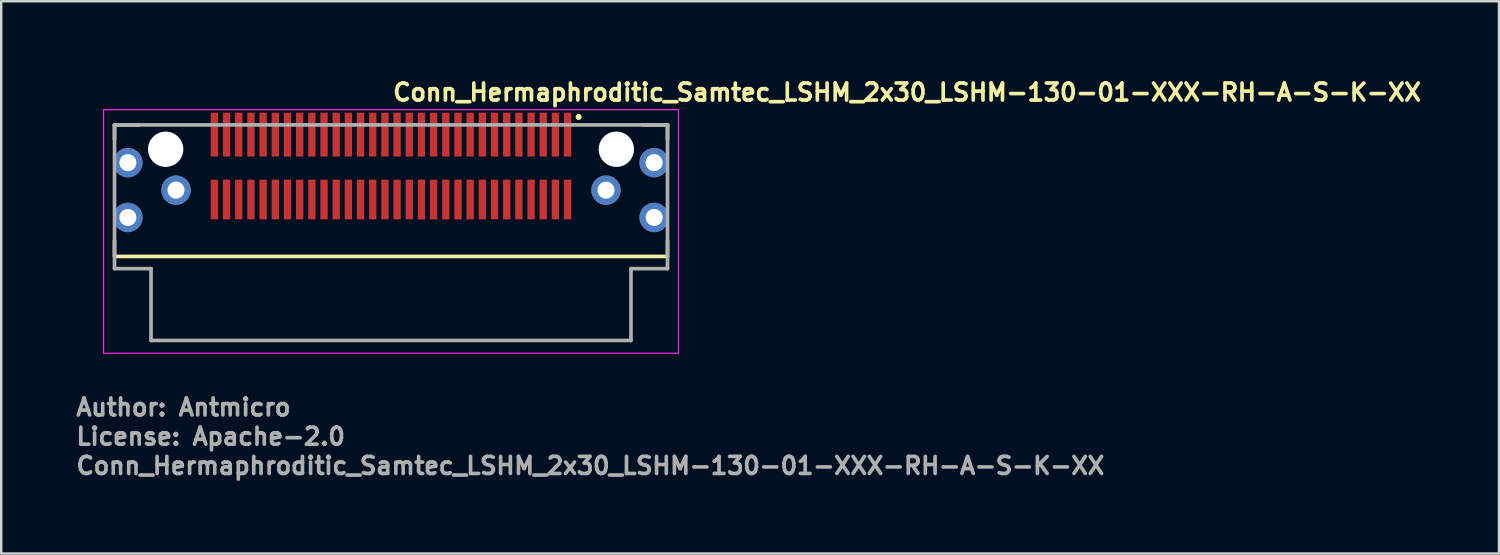
<source format=kicad_pcb>
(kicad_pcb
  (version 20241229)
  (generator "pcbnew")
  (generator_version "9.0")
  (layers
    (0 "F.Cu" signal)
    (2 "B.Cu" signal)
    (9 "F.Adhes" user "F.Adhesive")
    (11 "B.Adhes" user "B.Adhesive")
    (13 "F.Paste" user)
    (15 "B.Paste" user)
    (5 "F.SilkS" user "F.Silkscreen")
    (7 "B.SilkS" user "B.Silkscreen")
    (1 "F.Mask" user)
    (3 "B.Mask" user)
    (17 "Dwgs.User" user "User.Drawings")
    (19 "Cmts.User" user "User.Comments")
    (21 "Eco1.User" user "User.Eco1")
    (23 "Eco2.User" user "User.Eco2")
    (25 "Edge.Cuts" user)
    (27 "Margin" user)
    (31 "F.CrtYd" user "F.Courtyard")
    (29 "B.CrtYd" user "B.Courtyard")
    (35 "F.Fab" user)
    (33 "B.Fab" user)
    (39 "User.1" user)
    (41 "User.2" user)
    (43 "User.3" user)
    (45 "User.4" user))
  (footprint "Conn_Hermaphroditic_Samtec_LSHM_2x30_LSHM-130-01-XXX-RH-A-S-K-XX"
    (layer "F.Cu")
    (at 13 6.65)
    (property "Reference" "Conn_Hermaphroditic_Samtec_LSHM_2x30_LSHM-130-01-XXX-RH-A-S-K-XX" (at 0 -5.5 0) (layer "F.SilkS") (effects (font (size 0.7 0.7) (thickness 0.15)) (justify left bottom)))
    (attr smd)
    (fp_line (start -11.35 -4.574) (end -10.33 -4.574) (stroke (width 0.15) (type solid)) (layer "F.SilkS"))
    (fp_line (start -11.35 -3.975) (end -11.35 -4.574) (stroke (width 0.15) (type solid)) (layer "F.SilkS"))
    (fp_line (start -11.35 0.173) (end -11.35 0.825) (stroke (width 0.15) (type solid)) (layer "F.SilkS"))
    (fp_line (start -11.35 0.825) (end 11.349 0.825) (stroke (width 0.15) (type solid)) (layer "F.SilkS"))
    (fp_line (start 10.329 -4.574) (end 11.349 -4.574) (stroke (width 0.15) (type solid)) (layer "F.SilkS"))
    (fp_line (start 11.349 -4.574) (end 11.349 -3.975) (stroke (width 0.15) (type solid)) (layer "F.SilkS"))
    (fp_line (start 11.349 0.825) (end 11.349 0.173) (stroke (width 0.15) (type solid)) (layer "F.SilkS"))
    (fp_circle (center 7.7 -4.9) (end 7.75 -4.9) (stroke (width 0.15) (type solid)) (fill yes) (layer "F.SilkS"))
    (fp_circle (center -10.801 -0.775) (end -10.375 -0.775) (stroke (width 0.85) (type solid)) (fill no) (layer "F.Paste"))
    (fp_circle (center 10.8 -0.775) (end 11.224 -0.775) (stroke (width 0.85) (type solid)) (fill no) (layer "F.Paste"))
    (fp_poly (pts (xy -10.456 -3.802) (xy -10.48 -3.811) (xy -10.5 -3.818) (xy -10.52 -3.823) (xy -10.541 -3.83) (xy -10.561 -3.836) (xy -10.582 -3.841) (xy -10.602 -3.846) (xy -10.623 -3.85) (xy -10.644 -3.854) (xy -10.664 -3.857) (xy -10.686 -3.86) (xy -10.707 -3.862) (xy -10.728 -3.864) (xy -10.749 -3.866) (xy -10.77 -3.867) (xy -10.792 -3.867) (xy -10.813 -3.867) (xy -10.834 -3.867) (xy -10.855 -3.866) (xy -10.876 -3.865) (xy -10.897 -3.863) (xy -10.917 -3.86) (xy -10.94 -3.858) (xy -10.96 -3.854) (xy -10.981 -3.851) (xy -11.002 -3.847) (xy -11.023 -3.842) (xy -11.042 -3.837) (xy -11.064 -3.831) (xy -11.09 -3.823) (xy -11.132 -3.807) (xy -11.173 -3.787) (xy -11.212 -3.767) (xy -11.251 -3.745) (xy -11.288 -3.721) (xy -11.324 -3.694) (xy -11.358 -3.666) (xy -11.391 -3.636) (xy -11.422 -3.604) (xy -11.452 -3.571) (xy -11.478 -3.536) (xy -11.505 -3.5) (xy -11.529 -3.462) (xy -11.551 -3.424) (xy -11.571 -3.384) (xy -11.589 -3.343) (xy -11.603 -3.301) (xy -11.618 -3.259) (xy -11.629 -3.216) (xy -11.638 -3.172) (xy -11.644 -3.128) (xy -11.648 -3.084) (xy -11.65 -3.039) (xy -11.65 -2.995) (xy -11.647 -2.95) (xy -11.642 -2.906) (xy -11.635 -2.862) (xy -11.625 -2.819) (xy -11.613 -2.775) (xy -11.599 -2.734) (xy -11.583 -2.692) (xy -11.564 -2.652) (xy -11.544 -2.612) (xy -11.521 -2.574) (xy -11.497 -2.537) (xy -11.47 -2.501) (xy -11.442 -2.467) (xy -11.412 -2.434) (xy -11.38 -2.403) (xy -11.347 -2.373) (xy -11.312 -2.346) (xy -11.276 -2.32) (xy -11.238 -2.295) (xy -11.199 -2.274) (xy -11.16 -2.254) (xy -11.119 -2.236) (xy -11.077 -2.221) (xy -11.035 -2.207) (xy -10.992 -2.196) (xy -10.948 -2.187) (xy -10.904 -2.181) (xy -10.86 -2.177) (xy -10.815 -2.175) (xy -10.771 -2.175) (xy -10.726 -2.178) (xy -10.682 -2.183) (xy -10.638 -2.19) (xy -10.595 -2.2) (xy -10.552 -2.212) (xy -10.51 -2.226) (xy -10.489 -2.233) (xy -10.469 -2.242) (xy -10.449 -2.25) (xy -10.43 -2.259) (xy -10.41 -2.269) (xy -10.391 -2.279) (xy -10.372 -2.29) (xy -10.353 -2.302) (xy -10.335 -2.313) (xy -10.317 -2.326) (xy -10.299 -2.338) (xy -10.281 -2.351) (xy -10.264 -2.365) (xy -10.248 -2.379) (xy -10.231 -2.392) (xy -10.215 -2.408) (xy -10.199 -2.423) (xy -10.183 -2.439) (xy -10.17 -2.455) (xy -10.155 -2.471) (xy -10.141 -2.488) (xy -10.128 -2.505) (xy -10.114 -2.521) (xy -10.102 -2.54) (xy -10.09 -2.558) (xy -10.078 -2.576) (xy -10.067 -2.595) (xy -10.055 -2.614) (xy -10.045 -2.633) (xy -10.037 -2.65) (xy -10.456 -3.802)) (stroke (width 0.01) (type solid)) (fill yes) (layer "F.Paste"))
    (fp_poly (pts (xy -9.57 -2.306) (xy -9.581 -2.282) (xy -9.59 -2.263) (xy -9.598 -2.243) (xy -9.606 -2.224) (xy -9.613 -2.204) (xy -9.619 -2.184) (xy -9.626 -2.164) (xy -9.632 -2.142) (xy -9.638 -2.123) (xy -9.643 -2.102) (xy -9.648 -2.082) (xy -9.651 -2.061) (xy -9.656 -2.04) (xy -9.659 -2.019) (xy -9.662 -1.998) (xy -9.664 -1.977) (xy -9.666 -1.956) (xy -9.667 -1.935) (xy -9.667 -1.913) (xy -9.669 -1.891) (xy -9.669 -1.871) (xy -9.669 -1.85) (xy -9.667 -1.829) (xy -9.666 -1.807) (xy -9.664 -1.786) (xy -9.662 -1.764) (xy -9.659 -1.744) (xy -9.656 -1.723) (xy -9.651 -1.702) (xy -9.647 -1.675) (xy -9.634 -1.631) (xy -9.619 -1.59) (xy -9.602 -1.549) (xy -9.583 -1.508) (xy -9.562 -1.47) (xy -9.538 -1.432) (xy -9.513 -1.395) (xy -9.486 -1.36) (xy -9.457 -1.326) (xy -9.427 -1.293) (xy -9.394 -1.262) (xy -9.36 -1.234) (xy -9.325 -1.207) (xy -9.288 -1.182) (xy -9.25 -1.158) (xy -9.211 -1.137) (xy -9.171 -1.118) (xy -9.13 -1.101) (xy -9.087 -1.086) (xy -9.045 -1.073) (xy -9.002 -1.063) (xy -8.958 -1.055) (xy -8.914 -1.049) (xy -8.869 -1.046) (xy -8.825 -1.045) (xy -8.781 -1.046) (xy -8.737 -1.049) (xy -8.693 -1.055) (xy -8.648 -1.063) (xy -8.606 -1.073) (xy -8.563 -1.086) (xy -8.521 -1.101) (xy -8.48 -1.118) (xy -8.44 -1.137) (xy -8.401 -1.158) (xy -8.363 -1.182) (xy -8.326 -1.207) (xy -8.291 -1.234) (xy -8.257 -1.262) (xy -8.224 -1.293) (xy -8.194 -1.326) (xy -8.163 -1.36) (xy -8.138 -1.395) (xy -8.112 -1.432) (xy -8.089 -1.47) (xy -8.067 -1.508) (xy -8.048 -1.549) (xy -8.032 -1.59) (xy -8.016 -1.631) (xy -8.003 -1.675) (xy -7.994 -1.718) (xy -7.986 -1.762) (xy -7.98 -1.806) (xy -7.977 -1.85) (xy -7.976 -1.895) (xy -7.977 -1.939) (xy -7.98 -1.983) (xy -7.986 -2.027) (xy -7.994 -2.071) (xy -8.003 -2.114) (xy -8.01 -2.134) (xy -8.016 -2.156) (xy -8.022 -2.177) (xy -8.031 -2.197) (xy -8.038 -2.218) (xy -8.048 -2.238) (xy -8.057 -2.258) (xy -8.066 -2.277) (xy -8.077 -2.297) (xy -8.087 -2.316) (xy -8.098 -2.334) (xy -8.109 -2.353) (xy -8.122 -2.371) (xy -8.134 -2.388) (xy -8.147 -2.407) (xy -8.16 -2.424) (xy -8.173 -2.441) (xy -8.188 -2.457) (xy -8.203 -2.473) (xy -8.218 -2.489) (xy -8.233 -2.505) (xy -8.249 -2.52) (xy -8.265 -2.533) (xy -8.282 -2.548) (xy -8.299 -2.562) (xy -8.316 -2.575) (xy -8.334 -2.588) (xy -8.352 -2.601) (xy -8.369 -2.613) (xy -8.387 -2.623) (xy -9.57 -2.306)) (stroke (width 0.01) (type solid)) (fill yes) (layer "F.Paste"))
    (fp_poly (pts (xy 8.385 -2.623) (xy 8.364 -2.608) (xy 8.347 -2.596) (xy 8.33 -2.583) (xy 8.313 -2.57) (xy 8.297 -2.556) (xy 8.281 -2.541) (xy 8.265 -2.528) (xy 8.25 -2.513) (xy 8.235 -2.499) (xy 8.22 -2.483) (xy 8.206 -2.468) (xy 8.192 -2.452) (xy 8.178 -2.436) (xy 8.163 -2.419) (xy 8.151 -2.402) (xy 8.138 -2.384) (xy 8.127 -2.368) (xy 8.115 -2.35) (xy 8.103 -2.332) (xy 8.093 -2.314) (xy 8.082 -2.295) (xy 8.071 -2.277) (xy 8.061 -2.259) (xy 8.053 -2.239) (xy 8.044 -2.22) (xy 8.035 -2.201) (xy 8.026 -2.181) (xy 8.019 -2.161) (xy 8.012 -2.142) (xy 8.003 -2.114) (xy 7.993 -2.071) (xy 7.985 -2.027) (xy 7.979 -1.983) (xy 7.976 -1.939) (xy 7.974 -1.895) (xy 7.976 -1.85) (xy 7.979 -1.806) (xy 7.985 -1.762) (xy 7.993 -1.718) (xy 8.003 -1.675) (xy 8.016 -1.631) (xy 8.031 -1.59) (xy 8.048 -1.549) (xy 8.067 -1.508) (xy 8.087 -1.47) (xy 8.112 -1.432) (xy 8.137 -1.395) (xy 8.163 -1.36) (xy 8.193 -1.326) (xy 8.223 -1.293) (xy 8.256 -1.262) (xy 8.289 -1.234) (xy 8.325 -1.207) (xy 8.362 -1.182) (xy 8.4 -1.158) (xy 8.439 -1.137) (xy 8.478 -1.118) (xy 8.52 -1.101) (xy 8.562 -1.086) (xy 8.605 -1.073) (xy 8.648 -1.063) (xy 8.692 -1.055) (xy 8.736 -1.049) (xy 8.78 -1.046) (xy 8.824 -1.045) (xy 8.869 -1.046) (xy 8.913 -1.049) (xy 8.957 -1.055) (xy 9.001 -1.063) (xy 9.044 -1.073) (xy 9.087 -1.086) (xy 9.129 -1.101) (xy 9.17 -1.118) (xy 9.21 -1.137) (xy 9.249 -1.158) (xy 9.287 -1.182) (xy 9.324 -1.207) (xy 9.359 -1.234) (xy 9.393 -1.262) (xy 9.426 -1.293) (xy 9.456 -1.326) (xy 9.485 -1.36) (xy 9.512 -1.395) (xy 9.537 -1.432) (xy 9.561 -1.47) (xy 9.582 -1.508) (xy 9.601 -1.549) (xy 9.618 -1.59) (xy 9.632 -1.631) (xy 9.646 -1.675) (xy 9.651 -1.696) (xy 9.656 -1.717) (xy 9.66 -1.738) (xy 9.664 -1.76) (xy 9.667 -1.78) (xy 9.67 -1.803) (xy 9.672 -1.825) (xy 9.673 -1.846) (xy 9.674 -1.868) (xy 9.675 -1.889) (xy 9.674 -1.911) (xy 9.674 -1.934) (xy 9.672 -1.955) (xy 9.671 -1.977) (xy 9.667 -1.999) (xy 9.664 -2.02) (xy 9.662 -2.04) (xy 9.658 -2.063) (xy 9.653 -2.085) (xy 9.648 -2.106) (xy 9.642 -2.126) (xy 9.635 -2.148) (xy 9.629 -2.168) (xy 9.622 -2.189) (xy 9.614 -2.209) (xy 9.606 -2.229) (xy 9.597 -2.249) (xy 9.587 -2.269) (xy 9.578 -2.289) (xy 9.569 -2.306) (xy 8.385 -2.623)) (stroke (width 0.01) (type solid)) (fill yes) (layer "F.Paste"))
    (fp_poly (pts (xy 10.036 -2.65) (xy 10.048 -2.628) (xy 10.058 -2.61) (xy 10.071 -2.592) (xy 10.082 -2.574) (xy 10.094 -2.557) (xy 10.107 -2.54) (xy 10.119 -2.523) (xy 10.132 -2.505) (xy 10.146 -2.49) (xy 10.16 -2.474) (xy 10.175 -2.458) (xy 10.189 -2.443) (xy 10.204 -2.428) (xy 10.219 -2.412) (xy 10.235 -2.399) (xy 10.251 -2.384) (xy 10.267 -2.371) (xy 10.284 -2.358) (xy 10.3 -2.345) (xy 10.318 -2.332) (xy 10.335 -2.32) (xy 10.353 -2.308) (xy 10.369 -2.297) (xy 10.389 -2.286) (xy 10.407 -2.275) (xy 10.426 -2.265) (xy 10.444 -2.255) (xy 10.462 -2.246) (xy 10.483 -2.237) (xy 10.509 -2.226) (xy 10.551 -2.212) (xy 10.594 -2.2) (xy 10.637 -2.19) (xy 10.68 -2.183) (xy 10.725 -2.178) (xy 10.77 -2.175) (xy 10.814 -2.175) (xy 10.859 -2.177) (xy 10.903 -2.181) (xy 10.946 -2.187) (xy 10.991 -2.196) (xy 11.034 -2.207) (xy 11.076 -2.221) (xy 11.118 -2.236) (xy 11.159 -2.254) (xy 11.199 -2.274) (xy 11.237 -2.295) (xy 11.275 -2.32) (xy 11.311 -2.346) (xy 11.346 -2.373) (xy 11.379 -2.403) (xy 11.411 -2.434) (xy 11.441 -2.467) (xy 11.469 -2.501) (xy 11.496 -2.537) (xy 11.52 -2.574) (xy 11.542 -2.612) (xy 11.563 -2.652) (xy 11.582 -2.692) (xy 11.598 -2.734) (xy 11.612 -2.775) (xy 11.624 -2.819) (xy 11.634 -2.862) (xy 11.641 -2.906) (xy 11.646 -2.95) (xy 11.648 -2.995) (xy 11.648 -3.039) (xy 11.647 -3.084) (xy 11.643 -3.128) (xy 11.637 -3.172) (xy 11.628 -3.216) (xy 11.617 -3.259) (xy 11.603 -3.301) (xy 11.587 -3.343) (xy 11.57 -3.384) (xy 11.55 -3.424) (xy 11.528 -3.462) (xy 11.504 -3.5) (xy 11.478 -3.536) (xy 11.451 -3.571) (xy 11.421 -3.604) (xy 11.39 -3.636) (xy 11.356 -3.666) (xy 11.323 -3.694) (xy 11.287 -3.721) (xy 11.25 -3.745) (xy 11.212 -3.767) (xy 11.172 -3.787) (xy 11.132 -3.807) (xy 11.09 -3.823) (xy 11.07 -3.83) (xy 11.049 -3.837) (xy 11.028 -3.843) (xy 11.007 -3.849) (xy 10.986 -3.854) (xy 10.964 -3.858) (xy 10.943 -3.862) (xy 10.921 -3.866) (xy 10.9 -3.869) (xy 10.878 -3.871) (xy 10.856 -3.873) (xy 10.835 -3.874) (xy 10.813 -3.874) (xy 10.791 -3.875) (xy 10.769 -3.874) (xy 10.747 -3.873) (xy 10.726 -3.871) (xy 10.704 -3.869) (xy 10.682 -3.867) (xy 10.661 -3.863) (xy 10.639 -3.86) (xy 10.618 -3.855) (xy 10.597 -3.85) (xy 10.576 -3.845) (xy 10.555 -3.839) (xy 10.534 -3.831) (xy 10.513 -3.825) (xy 10.493 -3.818) (xy 10.473 -3.81) (xy 10.455 -3.802) (xy 10.036 -2.65)) (stroke (width 0.01) (type solid)) (fill yes) (layer "F.Paste"))
    (fp_rect (start -11.8 -5.2) (end 11.8 4.8) (stroke (width 0.05) (type solid)) (fill no) (layer "F.CrtYd"))
    (fp_line (start -11.35 -4.574) (end 11.349 -4.574) (stroke (width 0.15) (type solid)) (layer "F.Fab"))
    (fp_line (start -11.35 1.326) (end -11.35 -4.574) (stroke (width 0.15) (type solid)) (layer "F.Fab"))
    (fp_line (start -9.85 1.326) (end -11.35 1.326) (stroke (width 0.15) (type solid)) (layer "F.Fab"))
    (fp_line (start -9.85 4.275) (end -9.85 1.326) (stroke (width 0.15) (type solid)) (layer "F.Fab"))
    (fp_line (start 9.849 1.326) (end 9.849 4.275) (stroke (width 0.15) (type solid)) (layer "F.Fab"))
    (fp_line (start 9.849 4.275) (end -9.85 4.275) (stroke (width 0.15) (type solid)) (layer "F.Fab"))
    (fp_line (start 11.349 -4.574) (end 11.349 1.326) (stroke (width 0.15) (type solid)) (layer "F.Fab"))
    (fp_line (start 11.349 1.326) (end 9.849 1.326) (stroke (width 0.15) (type solid)) (layer "F.Fab"))
    (fp_rect (start -11.35 -4.424) (end 11.349 4.424) (stroke (width 0.1) (type solid)) (fill no) (layer "User.5"))
    (fp_line (start -11.35 -3.975) (end -11.35 1.326) (stroke (width 0.02) (type solid)) (layer "User.9"))
    (fp_line (start -11.35 1.326) (end -11.199 1.475) (stroke (width 0.02) (type solid)) (layer "User.9"))
    (fp_line (start -11.199 -4.125) (end -11.35 -3.975) (stroke (width 0.02) (type solid)) (layer "User.9"))
    (fp_line (start -11.199 1.475) (end -10.401 1.475) (stroke (width 0.02) (type solid)) (layer "User.9"))
    (fp_line (start -10.401 1.475) (end -10.25 1.326) (stroke (width 0.02) (type solid)) (layer "User.9"))
    (fp_line (start -10.358 2.031) (end -10.357 1.999) (stroke (width 0.02) (type solid)) (layer "User.9"))
    (fp_line (start -10.358 2.062) (end -10.358 2.031) (stroke (width 0.02) (type solid)) (layer "User.9"))
    (fp_line (start -10.358 2.092) (end -10.358 2.062) (stroke (width 0.02) (type solid)) (layer "User.9"))
    (fp_line (start -10.357 1.999) (end -10.355 1.967) (stroke (width 0.02) (type solid)) (layer "User.9"))
    (fp_line (start -10.357 2.124) (end -10.358 2.092) (stroke (width 0.02) (type solid)) (layer "User.9"))
    (fp_line (start -10.355 1.967) (end -10.352 1.936) (stroke (width 0.02) (type solid)) (layer "User.9"))
    (fp_line (start -10.353 2.156) (end -10.357 2.124) (stroke (width 0.02) (type solid)) (layer "User.9"))
    (fp_line (start -10.352 1.936) (end -10.348 1.905) (stroke (width 0.02) (type solid)) (layer "User.9"))
    (fp_line (start -10.351 2.187) (end -10.353 2.156) (stroke (width 0.02) (type solid)) (layer "User.9"))
    (fp_line (start -10.348 1.905) (end -10.344 1.874) (stroke (width 0.02) (type solid)) (layer "User.9"))
    (fp_line (start -10.347 2.219) (end -10.351 2.187) (stroke (width 0.02) (type solid)) (layer "User.9"))
    (fp_line (start -10.344 1.874) (end -10.337 1.843) (stroke (width 0.02) (type solid)) (layer "User.9"))
    (fp_line (start -10.337 1.843) (end -10.332 1.813) (stroke (width 0.02) (type solid)) (layer "User.9"))
    (fp_line (start -10.332 1.813) (end -10.324 1.782) (stroke (width 0.02) (type solid)) (layer "User.9"))
    (fp_line (start -10.324 1.782) (end -10.317 1.75) (stroke (width 0.02) (type solid)) (layer "User.9"))
    (fp_line (start -10.317 1.75) (end -10.308 1.722) (stroke (width 0.02) (type solid)) (layer "User.9"))
    (fp_line (start -10.308 1.722) (end -10.275 1.61) (stroke (width 0.02) (type solid)) (layer "User.9"))
    (fp_line (start -10.285 3.815) (end -10.155 3.576) (stroke (width 0.02) (type solid)) (layer "User.9"))
    (fp_line (start -10.275 1.61) (end -10.156 1.246) (stroke (width 0.02) (type solid)) (layer "User.9"))
    (fp_line (start -10.25 -0.874) (end -10.1 -0.874) (stroke (width 0.02) (type solid)) (layer "User.9"))
    (fp_line (start -10.25 -0.874) (end -10.1 -0.874) (stroke (width 0.02) (type solid)) (layer "User.9"))
    (fp_line (start -10.25 1.326) (end -10.25 -0.874) (stroke (width 0.02) (type solid)) (layer "User.9"))
    (fp_line (start -10.156 1.246) (end -10.1 1.076) (stroke (width 0.02) (type solid)) (layer "User.9"))
    (fp_line (start -10.155 3.576) (end -10.347 2.219) (stroke (width 0.02) (type solid)) (layer "User.9"))
    (fp_line (start -10.145 2.116) (end -10.144 2.089) (stroke (width 0.02) (type solid)) (layer "User.9"))
    (fp_line (start -10.144 2.06) (end -10.142 2.032) (stroke (width 0.02) (type solid)) (layer "User.9"))
    (fp_line (start -10.144 2.089) (end -10.144 2.06) (stroke (width 0.02) (type solid)) (layer "User.9"))
    (fp_line (start -10.144 2.145) (end -10.145 2.116) (stroke (width 0.02) (type solid)) (layer "User.9"))
    (fp_line (start -10.142 2.032) (end -10.14 2.004) (stroke (width 0.02) (type solid)) (layer "User.9"))
    (fp_line (start -10.142 2.172) (end -10.144 2.145) (stroke (width 0.02) (type solid)) (layer "User.9"))
    (fp_line (start -10.14 2.004) (end -10.135 1.977) (stroke (width 0.02) (type solid)) (layer "User.9"))
    (fp_line (start -10.14 2.201) (end -10.142 2.172) (stroke (width 0.02) (type solid)) (layer "User.9"))
    (fp_line (start -10.137 2.228) (end -10.14 2.201) (stroke (width 0.02) (type solid)) (layer "User.9"))
    (fp_line (start -10.135 1.977) (end -10.132 1.951) (stroke (width 0.02) (type solid)) (layer "User.9"))
    (fp_line (start -10.132 1.951) (end -10.128 1.922) (stroke (width 0.02) (type solid)) (layer "User.9"))
    (fp_line (start -10.132 2.257) (end -10.137 2.228) (stroke (width 0.02) (type solid)) (layer "User.9"))
    (fp_line (start -10.132 2.257) (end -10.1 2.469) (stroke (width 0.02) (type solid)) (layer "User.9"))
    (fp_line (start -10.128 1.922) (end -10.122 1.895) (stroke (width 0.02) (type solid)) (layer "User.9"))
    (fp_line (start -10.122 1.895) (end -10.116 1.867) (stroke (width 0.02) (type solid)) (layer "User.9"))
    (fp_line (start -10.116 1.867) (end -10.109 1.84) (stroke (width 0.02) (type solid)) (layer "User.9"))
    (fp_line (start -10.109 1.84) (end -10.101 1.812) (stroke (width 0.02) (type solid)) (layer "User.9"))
    (fp_line (start -10.109 3.911) (end -10.285 3.815) (stroke (width 0.02) (type solid)) (layer "User.9"))
    (fp_line (start -10.1 1.81) (end -10.101 1.812) (stroke (width 0.02) (type solid)) (layer "User.9"))
    (fp_line (start -10.1 3.826) (end -10.1 -0.874) (stroke (width 0.02) (type solid)) (layer "User.9"))
    (fp_line (start -10.064 3.826) (end -10.109 3.911) (stroke (width 0.02) (type solid)) (layer "User.9"))
    (fp_line (start -9.969 -0.874) (end -10.1 -0.874) (stroke (width 0.02) (type solid)) (layer "User.9"))
    (fp_line (start -9.969 -0.874) (end -9.969 -0.874) (stroke (width 0.02) (type solid)) (layer "User.9"))
    (fp_line (start -9.969 3.826) (end -10.1 3.826) (stroke (width 0.02) (type solid)) (layer "User.9"))
    (fp_line (start -9.969 3.826) (end -9.969 3.826) (stroke (width 0.02) (type solid)) (layer "User.9"))
    (fp_line (start -9.85 -4.125) (end -11.199 -4.125) (stroke (width 0.02) (type solid)) (layer "User.9"))
    (fp_line (start -9.85 -0.874) (end -9.85 -4.125) (stroke (width 0.02) (type solid)) (layer "User.9"))
    (fp_line (start -9.85 4.424) (end -9.85 3.826) (stroke (width 0.02) (type solid)) (layer "User.9"))
    (fp_line (start -9.651 -0.874) (end -9.969 -0.874) (stroke (width 0.02) (type solid)) (layer "User.9"))
    (fp_line (start -9.651 3.826) (end -9.969 3.826) (stroke (width 0.02) (type solid)) (layer "User.9"))
    (fp_line (start -9.45 -4.125) (end -9.85 -4.125) (stroke (width 0.02) (type solid)) (layer "User.9"))
    (fp_line (start -9.45 -0.874) (end -9.45 -4.125) (stroke (width 0.02) (type solid)) (layer "User.9"))
    (fp_line (start -9.45 4.424) (end -9.85 4.424) (stroke (width 0.02) (type solid)) (layer "User.9"))
    (fp_line (start -9.45 4.424) (end -9.45 3.826) (stroke (width 0.02) (type solid)) (layer "User.9"))
    (fp_line (start -8.6 -0.874) (end -9.651 -0.874) (stroke (width 0.02) (type solid)) (layer "User.9"))
    (fp_line (start -8.6 -0.874) (end -8.45 -0.724) (stroke (width 0.02) (type solid)) (layer "User.9"))
    (fp_line (start -8.45 -0.724) (end -8.45 0.786) (stroke (width 0.02) (type solid)) (layer "User.9"))
    (fp_line (start -8.45 0.786) (end -7.651 0.786) (stroke (width 0.02) (type solid)) (layer "User.9"))
    (fp_line (start -8.401 -0.874) (end -8.6 -0.874) (stroke (width 0.02) (type solid)) (layer "User.9"))
    (fp_line (start -8.401 -0.874) (end -8.401 0.524) (stroke (width 0.02) (type solid)) (layer "User.9"))
    (fp_line (start -8.401 0.524) (end -8.2 0.725) (stroke (width 0.02) (type solid)) (layer "User.9"))
    (fp_line (start -8.2 0.725) (end -7.901 0.725) (stroke (width 0.02) (type solid)) (layer "User.9"))
    (fp_line (start -8.163 -4.125) (end -9.45 -4.125) (stroke (width 0.02) (type solid)) (layer "User.9"))
    (fp_line (start -8.163 -4.125) (end -8.163 -0.874) (stroke (width 0.02) (type solid)) (layer "User.9"))
    (fp_line (start -7.901 0.725) (end -7.7 0.524) (stroke (width 0.02) (type solid)) (layer "User.9"))
    (fp_line (start -7.7 -0.874) (end -8.401 -0.874) (stroke (width 0.02) (type solid)) (layer "User.9"))
    (fp_line (start -7.7 0.524) (end -7.7 -0.874) (stroke (width 0.02) (type solid)) (layer "User.9"))
    (fp_line (start -7.651 0.125) (end -7.5 -0.025) (stroke (width 0.02) (type solid)) (layer "User.9"))
    (fp_line (start -7.651 0.786) (end -7.651 0.125) (stroke (width 0.02) (type solid)) (layer "User.9"))
    (fp_line (start -7.5 -0.025) (end -2.194 -0.025) (stroke (width 0.02) (type solid)) (layer "User.9"))
    (fp_line (start -7.349 -4.424) (end -7.349 -1.025) (stroke (width 0.02) (type solid)) (layer "User.9"))
    (fp_line (start -7.349 -4.125) (end -8.163 -4.125) (stroke (width 0.02) (type solid)) (layer "User.9"))
    (fp_line (start -7.349 -1.025) (end -7.349 -0.874) (stroke (width 0.02) (type solid)) (layer "User.9"))
    (fp_line (start -7.349 -0.874) (end -7.7 -0.874) (stroke (width 0.02) (type solid)) (layer "User.9"))
    (fp_line (start -7.349 -0.874) (end -7.349 -0.473) (stroke (width 0.02) (type solid)) (layer "User.9"))
    (fp_line (start -7.349 -0.575) (end -7.349 -0.473) (stroke (width 0.02) (type solid)) (layer "User.9"))
    (fp_line (start -7.349 -0.473) (end -7.151 -0.473) (stroke (width 0.02) (type solid)) (layer "User.9"))
    (fp_line (start -7.349 -0.473) (end -7.151 -0.473) (stroke (width 0.02) (type solid)) (layer "User.9"))
    (fp_line (start -7.151 -4.424) (end -7.349 -4.424) (stroke (width 0.02) (type solid)) (layer "User.9"))
    (fp_line (start -7.151 -4.424) (end -7.151 -1.025) (stroke (width 0.02) (type solid)) (layer "User.9"))
    (fp_line (start -7.151 -1.025) (end -7.349 -1.025) (stroke (width 0.02) (type solid)) (layer "User.9"))
    (fp_line (start -7.151 -1.025) (end -7.151 -0.874) (stroke (width 0.02) (type solid)) (layer "User.9"))
    (fp_line (start -7.151 -0.575) (end -7.349 -0.575) (stroke (width 0.02) (type solid)) (layer "User.9"))
    (fp_line (start -7.151 -0.473) (end -7.151 -0.874) (stroke (width 0.02) (type solid)) (layer "User.9"))
    (fp_line (start -7 4.424) (end -9.45 4.424) (stroke (width 0.02) (type solid)) (layer "User.9"))
    (fp_line (start -7 4.424) (end -7 3.826) (stroke (width 0.02) (type solid)) (layer "User.9"))
    (fp_line (start -7 4.424) (end -5.5 4.424) (stroke (width 0.02) (type solid)) (layer "User.9"))
    (fp_line (start -6.849 -4.125) (end -7.151 -4.125) (stroke (width 0.02) (type solid)) (layer "User.9"))
    (fp_line (start -6.849 -1.025) (end -6.849 -4.424) (stroke (width 0.02) (type solid)) (layer "User.9"))
    (fp_line (start -6.849 -0.874) (end -7.151 -0.874) (stroke (width 0.02) (type solid)) (layer "User.9"))
    (fp_line (start -6.849 -0.874) (end -6.849 -1.025) (stroke (width 0.02) (type solid)) (layer "User.9"))
    (fp_line (start -6.849 -0.874) (end -6.849 -0.473) (stroke (width 0.02) (type solid)) (layer "User.9"))
    (fp_line (start -6.849 -0.473) (end -6.651 -0.473) (stroke (width 0.02) (type solid)) (layer "User.9"))
    (fp_line (start -6.849 -0.473) (end -6.651 -0.473) (stroke (width 0.02) (type solid)) (layer "User.9"))
    (fp_line (start -6.651 -4.424) (end -6.849 -4.424) (stroke (width 0.02) (type solid)) (layer "User.9"))
    (fp_line (start -6.651 -4.424) (end -6.651 -1.025) (stroke (width 0.02) (type solid)) (layer "User.9"))
    (fp_line (start -6.651 -1.025) (end -6.849 -1.025) (stroke (width 0.02) (type solid)) (layer "User.9"))
    (fp_line (start -6.651 -1.025) (end -6.651 -0.874) (stroke (width 0.02) (type solid)) (layer "User.9"))
    (fp_line (start -6.651 -0.575) (end -6.849 -0.575) (stroke (width 0.02) (type solid)) (layer "User.9"))
    (fp_line (start -6.651 -0.473) (end -6.651 -0.874) (stroke (width 0.02) (type solid)) (layer "User.9"))
    (fp_line (start -6.349 -4.125) (end -6.651 -4.125) (stroke (width 0.02) (type solid)) (layer "User.9"))
    (fp_line (start -6.349 -1.025) (end -6.349 -4.424) (stroke (width 0.02) (type solid)) (layer "User.9"))
    (fp_line (start -6.349 -0.874) (end -6.651 -0.874) (stroke (width 0.02) (type solid)) (layer "User.9"))
    (fp_line (start -6.349 -0.874) (end -6.349 -1.025) (stroke (width 0.02) (type solid)) (layer "User.9"))
    (fp_line (start -6.349 -0.874) (end -6.349 -0.473) (stroke (width 0.02) (type solid)) (layer "User.9"))
    (fp_line (start -6.349 -0.473) (end -6.151 -0.473) (stroke (width 0.02) (type solid)) (layer "User.9"))
    (fp_line (start -6.349 -0.473) (end -6.151 -0.473) (stroke (width 0.02) (type solid)) (layer "User.9"))
    (fp_line (start -6.151 -4.424) (end -6.349 -4.424) (stroke (width 0.02) (type solid)) (layer "User.9"))
    (fp_line (start -6.151 -4.424) (end -6.151 -1.025) (stroke (width 0.02) (type solid)) (layer "User.9"))
    (fp_line (start -6.151 -1.025) (end -6.349 -1.025) (stroke (width 0.02) (type solid)) (layer "User.9"))
    (fp_line (start -6.151 -1.025) (end -6.151 -0.874) (stroke (width 0.02) (type solid)) (layer "User.9"))
    (fp_line (start -6.151 -0.575) (end -6.349 -0.575) (stroke (width 0.02) (type solid)) (layer "User.9"))
    (fp_line (start -6.151 -0.473) (end -6.151 -0.874) (stroke (width 0.02) (type solid)) (layer "User.9"))
    (fp_line (start -5.849 -4.125) (end -6.151 -4.125) (stroke (width 0.02) (type solid)) (layer "User.9"))
    (fp_line (start -5.849 -1.025) (end -5.849 -4.424) (stroke (width 0.02) (type solid)) (layer "User.9"))
    (fp_line (start -5.849 -0.874) (end -6.151 -0.874) (stroke (width 0.02) (type solid)) (layer "User.9"))
    (fp_line (start -5.849 -0.874) (end -5.849 -1.025) (stroke (width 0.02) (type solid)) (layer "User.9"))
    (fp_line (start -5.849 -0.874) (end -5.849 -0.473) (stroke (width 0.02) (type solid)) (layer "User.9"))
    (fp_line (start -5.849 -0.473) (end -5.651 -0.473) (stroke (width 0.02) (type solid)) (layer "User.9"))
    (fp_line (start -5.849 -0.473) (end -5.651 -0.473) (stroke (width 0.02) (type solid)) (layer "User.9"))
    (fp_line (start -5.651 -4.424) (end -5.849 -4.424) (stroke (width 0.02) (type solid)) (layer "User.9"))
    (fp_line (start -5.651 -4.424) (end -5.651 -1.025) (stroke (width 0.02) (type solid)) (layer "User.9"))
    (fp_line (start -5.651 -1.025) (end -5.849 -1.025) (stroke (width 0.02) (type solid)) (layer "User.9"))
    (fp_line (start -5.651 -1.025) (end -5.651 -0.874) (stroke (width 0.02) (type solid)) (layer "User.9"))
    (fp_line (start -5.651 -0.575) (end -5.849 -0.575) (stroke (width 0.02) (type solid)) (layer "User.9"))
    (fp_line (start -5.651 -0.473) (end -5.651 -0.874) (stroke (width 0.02) (type solid)) (layer "User.9"))
    (fp_line (start -5.5 3.826) (end -5.5 4.424) (stroke (width 0.02) (type solid)) (layer "User.9"))
    (fp_line (start -5.349 -4.125) (end -5.651 -4.125) (stroke (width 0.02) (type solid)) (layer "User.9"))
    (fp_line (start -5.349 -1.025) (end -5.349 -4.424) (stroke (width 0.02) (type solid)) (layer "User.9"))
    (fp_line (start -5.349 -0.874) (end -5.651 -0.874) (stroke (width 0.02) (type solid)) (layer "User.9"))
    (fp_line (start -5.349 -0.874) (end -5.349 -1.025) (stroke (width 0.02) (type solid)) (layer "User.9"))
    (fp_line (start -5.349 -0.874) (end -5.349 -0.473) (stroke (width 0.02) (type solid)) (layer "User.9"))
    (fp_line (start -5.349 -0.473) (end -5.151 -0.473) (stroke (width 0.02) (type solid)) (layer "User.9"))
    (fp_line (start -5.349 -0.473) (end -5.151 -0.473) (stroke (width 0.02) (type solid)) (layer "User.9"))
    (fp_line (start -5.151 -4.424) (end -5.349 -4.424) (stroke (width 0.02) (type solid)) (layer "User.9"))
    (fp_line (start -5.151 -4.424) (end -5.151 -1.025) (stroke (width 0.02) (type solid)) (layer "User.9"))
    (fp_line (start -5.151 -1.025) (end -5.349 -1.025) (stroke (width 0.02) (type solid)) (layer "User.9"))
    (fp_line (start -5.151 -1.025) (end -5.151 -0.874) (stroke (width 0.02) (type solid)) (layer "User.9"))
    (fp_line (start -5.151 -0.575) (end -5.349 -0.575) (stroke (width 0.02) (type solid)) (layer "User.9"))
    (fp_line (start -5.151 -0.473) (end -5.151 -0.874) (stroke (width 0.02) (type solid)) (layer "User.9"))
    (fp_line (start -4.849 -4.125) (end -5.151 -4.125) (stroke (width 0.02) (type solid)) (layer "User.9"))
    (fp_line (start -4.849 -1.025) (end -4.849 -4.424) (stroke (width 0.02) (type solid)) (layer "User.9"))
    (fp_line (start -4.849 -0.874) (end -5.151 -0.874) (stroke (width 0.02) (type solid)) (layer "User.9"))
    (fp_line (start -4.849 -0.874) (end -4.849 -1.025) (stroke (width 0.02) (type solid)) (layer "User.9"))
    (fp_line (start -4.849 -0.874) (end -4.849 -0.473) (stroke (width 0.02) (type solid)) (layer "User.9"))
    (fp_line (start -4.849 -0.473) (end -4.651 -0.473) (stroke (width 0.02) (type solid)) (layer "User.9"))
    (fp_line (start -4.849 -0.473) (end -4.651 -0.473) (stroke (width 0.02) (type solid)) (layer "User.9"))
    (fp_line (start -4.651 -4.424) (end -4.849 -4.424) (stroke (width 0.02) (type solid)) (layer "User.9"))
    (fp_line (start -4.651 -4.424) (end -4.651 -1.025) (stroke (width 0.02) (type solid)) (layer "User.9"))
    (fp_line (start -4.651 -1.025) (end -4.849 -1.025) (stroke (width 0.02) (type solid)) (layer "User.9"))
    (fp_line (start -4.651 -1.025) (end -4.651 -0.874) (stroke (width 0.02) (type solid)) (layer "User.9"))
    (fp_line (start -4.651 -0.575) (end -4.849 -0.575) (stroke (width 0.02) (type solid)) (layer "User.9"))
    (fp_line (start -4.651 -0.473) (end -4.651 -0.874) (stroke (width 0.02) (type solid)) (layer "User.9"))
    (fp_line (start -4.5 4.424) (end -5.5 4.424) (stroke (width 0.02) (type solid)) (layer "User.9"))
    (fp_line (start -4.5 4.424) (end -4.5 3.826) (stroke (width 0.02) (type solid)) (layer "User.9"))
    (fp_line (start -4.5 4.424) (end -3 4.424) (stroke (width 0.02) (type solid)) (layer "User.9"))
    (fp_line (start -4.35 -4.125) (end -4.651 -4.125) (stroke (width 0.02) (type solid)) (layer "User.9"))
    (fp_line (start -4.35 -1.025) (end -4.35 -4.424) (stroke (width 0.02) (type solid)) (layer "User.9"))
    (fp_line (start -4.35 -0.874) (end -4.651 -0.874) (stroke (width 0.02) (type solid)) (layer "User.9"))
    (fp_line (start -4.35 -0.874) (end -4.35 -1.025) (stroke (width 0.02) (type solid)) (layer "User.9"))
    (fp_line (start -4.35 -0.874) (end -4.35 -0.473) (stroke (width 0.02) (type solid)) (layer "User.9"))
    (fp_line (start -4.35 -0.473) (end -4.151 -0.473) (stroke (width 0.02) (type solid)) (layer "User.9"))
    (fp_line (start -4.35 -0.473) (end -4.151 -0.473) (stroke (width 0.02) (type solid)) (layer "User.9"))
    (fp_line (start -4.151 -4.424) (end -4.35 -4.424) (stroke (width 0.02) (type solid)) (layer "User.9"))
    (fp_line (start -4.151 -4.424) (end -4.151 -1.025) (stroke (width 0.02) (type solid)) (layer "User.9"))
    (fp_line (start -4.151 -1.025) (end -4.35 -1.025) (stroke (width 0.02) (type solid)) (layer "User.9"))
    (fp_line (start -4.151 -1.025) (end -4.151 -0.874) (stroke (width 0.02) (type solid)) (layer "User.9"))
    (fp_line (start -4.151 -0.575) (end -4.35 -0.575) (stroke (width 0.02) (type solid)) (layer "User.9"))
    (fp_line (start -4.151 -0.473) (end -4.151 -0.874) (stroke (width 0.02) (type solid)) (layer "User.9"))
    (fp_line (start -3.851 -4.125) (end -4.151 -4.125) (stroke (width 0.02) (type solid)) (layer "User.9"))
    (fp_line (start -3.851 -1.025) (end -3.851 -4.424) (stroke (width 0.02) (type solid)) (layer "User.9"))
    (fp_line (start -3.851 -0.874) (end -4.151 -0.874) (stroke (width 0.02) (type solid)) (layer "User.9"))
    (fp_line (start -3.851 -0.874) (end -3.851 -1.025) (stroke (width 0.02) (type solid)) (layer "User.9"))
    (fp_line (start -3.851 -0.874) (end -3.851 -0.473) (stroke (width 0.02) (type solid)) (layer "User.9"))
    (fp_line (start -3.851 -0.473) (end -3.65 -0.473) (stroke (width 0.02) (type solid)) (layer "User.9"))
    (fp_line (start -3.851 -0.473) (end -3.65 -0.473) (stroke (width 0.02) (type solid)) (layer "User.9"))
    (fp_line (start -3.65 -4.424) (end -3.851 -4.424) (stroke (width 0.02) (type solid)) (layer "User.9"))
    (fp_line (start -3.65 -4.424) (end -3.65 -1.025) (stroke (width 0.02) (type solid)) (layer "User.9"))
    (fp_line (start -3.65 -1.025) (end -3.851 -1.025) (stroke (width 0.02) (type solid)) (layer "User.9"))
    (fp_line (start -3.65 -1.025) (end -3.65 -0.874) (stroke (width 0.02) (type solid)) (layer "User.9"))
    (fp_line (start -3.65 -0.575) (end -3.851 -0.575) (stroke (width 0.02) (type solid)) (layer "User.9"))
    (fp_line (start -3.65 -0.473) (end -3.65 -0.874) (stroke (width 0.02) (type solid)) (layer "User.9"))
    (fp_line (start -3.351 -4.125) (end -3.65 -4.125) (stroke (width 0.02) (type solid)) (layer "User.9"))
    (fp_line (start -3.351 -1.025) (end -3.351 -4.424) (stroke (width 0.02) (type solid)) (layer "User.9"))
    (fp_line (start -3.351 -0.874) (end -3.65 -0.874) (stroke (width 0.02) (type solid)) (layer "User.9"))
    (fp_line (start -3.351 -0.874) (end -3.351 -1.025) (stroke (width 0.02) (type solid)) (layer "User.9"))
    (fp_line (start -3.351 -0.874) (end -3.351 -0.473) (stroke (width 0.02) (type solid)) (layer "User.9"))
    (fp_line (start -3.351 -0.473) (end -3.15 -0.473) (stroke (width 0.02) (type solid)) (layer "User.9"))
    (fp_line (start -3.351 -0.473) (end -3.15 -0.473) (stroke (width 0.02) (type solid)) (layer "User.9"))
    (fp_line (start -3.15 -4.424) (end -3.351 -4.424) (stroke (width 0.02) (type solid)) (layer "User.9"))
    (fp_line (start -3.15 -4.424) (end -3.15 -1.025) (stroke (width 0.02) (type solid)) (layer "User.9"))
    (fp_line (start -3.15 -1.025) (end -3.351 -1.025) (stroke (width 0.02) (type solid)) (layer "User.9"))
    (fp_line (start -3.15 -1.025) (end -3.15 -0.874) (stroke (width 0.02) (type solid)) (layer "User.9"))
    (fp_line (start -3.15 -0.575) (end -3.351 -0.575) (stroke (width 0.02) (type solid)) (layer "User.9"))
    (fp_line (start -3.15 -0.473) (end -3.15 -0.874) (stroke (width 0.02) (type solid)) (layer "User.9"))
    (fp_line (start -3.049 3.826) (end -9.651 3.826) (stroke (width 0.02) (type solid)) (layer "User.9"))
    (fp_line (start -3.049 3.826) (end -3.049 3.275) (stroke (width 0.02) (type solid)) (layer "User.9"))
    (fp_line (start -3 3.275) (end -3 3.326) (stroke (width 0.02) (type solid)) (layer "User.9"))
    (fp_line (start -3 3.326) (end -3 3.613) (stroke (width 0.02) (type solid)) (layer "User.9"))
    (fp_line (start -3 3.613) (end -3 3.876) (stroke (width 0.02) (type solid)) (layer "User.9"))
    (fp_line (start -3 3.876) (end -3 4.424) (stroke (width 0.02) (type solid)) (layer "User.9"))
    (fp_line (start -2.851 -4.125) (end -3.15 -4.125) (stroke (width 0.02) (type solid)) (layer "User.9"))
    (fp_line (start -2.851 -1.025) (end -2.851 -4.424) (stroke (width 0.02) (type solid)) (layer "User.9"))
    (fp_line (start -2.851 -0.874) (end -3.15 -0.874) (stroke (width 0.02) (type solid)) (layer "User.9"))
    (fp_line (start -2.851 -0.874) (end -2.851 -1.025) (stroke (width 0.02) (type solid)) (layer "User.9"))
    (fp_line (start -2.851 -0.874) (end -2.851 -0.473) (stroke (width 0.02) (type solid)) (layer "User.9"))
    (fp_line (start -2.851 -0.473) (end -2.65 -0.473) (stroke (width 0.02) (type solid)) (layer "User.9"))
    (fp_line (start -2.851 -0.473) (end -2.65 -0.473) (stroke (width 0.02) (type solid)) (layer "User.9"))
    (fp_line (start -2.65 -4.424) (end -2.851 -4.424) (stroke (width 0.02) (type solid)) (layer "User.9"))
    (fp_line (start -2.65 -4.424) (end -2.65 -1.025) (stroke (width 0.02) (type solid)) (layer "User.9"))
    (fp_line (start -2.65 -1.025) (end -2.851 -1.025) (stroke (width 0.02) (type solid)) (layer "User.9"))
    (fp_line (start -2.65 -1.025) (end -2.65 -0.874) (stroke (width 0.02) (type solid)) (layer "User.9"))
    (fp_line (start -2.65 -0.575) (end -2.851 -0.575) (stroke (width 0.02) (type solid)) (layer "User.9"))
    (fp_line (start -2.65 -0.473) (end -2.65 -0.874) (stroke (width 0.02) (type solid)) (layer "User.9"))
    (fp_line (start -2.351 -4.125) (end -2.65 -4.125) (stroke (width 0.02) (type solid)) (layer "User.9"))
    (fp_line (start -2.351 -1.025) (end -2.351 -4.424) (stroke (width 0.02) (type solid)) (layer "User.9"))
    (fp_line (start -2.351 -0.874) (end -2.65 -0.874) (stroke (width 0.02) (type solid)) (layer "User.9"))
    (fp_line (start -2.351 -0.874) (end -2.351 -1.025) (stroke (width 0.02) (type solid)) (layer "User.9"))
    (fp_line (start -2.351 -0.874) (end -2.351 -0.473) (stroke (width 0.02) (type solid)) (layer "User.9"))
    (fp_line (start -2.351 -0.473) (end -2.15 -0.473) (stroke (width 0.02) (type solid)) (layer "User.9"))
    (fp_line (start -2.351 -0.473) (end -2.15 -0.473) (stroke (width 0.02) (type solid)) (layer "User.9"))
    (fp_line (start -2.25 0.474) (end -2.25 0.474) (stroke (width 0.02) (type solid)) (layer "User.9"))
    (fp_line (start -2.25 0.474) (end -2.248 0.59) (stroke (width 0.02) (type solid)) (layer "User.9"))
    (fp_line (start -2.248 0.359) (end -2.25 0.474) (stroke (width 0.02) (type solid)) (layer "User.9"))
    (fp_line (start -2.248 0.59) (end -2.239 0.706) (stroke (width 0.02) (type solid)) (layer "User.9"))
    (fp_line (start -2.239 0.244) (end -2.248 0.359) (stroke (width 0.02) (type solid)) (layer "User.9"))
    (fp_line (start -2.239 0.706) (end -2.225 0.817) (stroke (width 0.02) (type solid)) (layer "User.9"))
    (fp_line (start -2.225 0.132) (end -2.239 0.244) (stroke (width 0.02) (type solid)) (layer "User.9"))
    (fp_line (start -2.225 0.817) (end -2.205 0.928) (stroke (width 0.02) (type solid)) (layer "User.9"))
    (fp_line (start -2.205 0.021) (end -2.225 0.132) (stroke (width 0.02) (type solid)) (layer "User.9"))
    (fp_line (start -2.205 0.928) (end -2.18 1.037) (stroke (width 0.02) (type solid)) (layer "User.9"))
    (fp_line (start -2.18 -0.086) (end -2.205 0.021) (stroke (width 0.02) (type solid)) (layer "User.9"))
    (fp_line (start -2.18 1.037) (end -2.149 1.145) (stroke (width 0.02) (type solid)) (layer "User.9"))
    (fp_line (start -2.15 -4.424) (end -2.351 -4.424) (stroke (width 0.02) (type solid)) (layer "User.9"))
    (fp_line (start -2.15 -4.424) (end -2.15 -1.025) (stroke (width 0.02) (type solid)) (layer "User.9"))
    (fp_line (start -2.15 -1.025) (end -2.351 -1.025) (stroke (width 0.02) (type solid)) (layer "User.9"))
    (fp_line (start -2.15 -1.025) (end -2.15 -0.874) (stroke (width 0.02) (type solid)) (layer "User.9"))
    (fp_line (start -2.15 -0.575) (end -2.351 -0.575) (stroke (width 0.02) (type solid)) (layer "User.9"))
    (fp_line (start -2.15 -0.473) (end -2.15 -0.874) (stroke (width 0.02) (type solid)) (layer "User.9"))
    (fp_line (start -2.149 -0.194) (end -2.18 -0.086) (stroke (width 0.02) (type solid)) (layer "User.9"))
    (fp_line (start -2.149 1.145) (end -2.114 1.249) (stroke (width 0.02) (type solid)) (layer "User.9"))
    (fp_line (start -2.114 -0.298) (end -2.149 -0.194) (stroke (width 0.02) (type solid)) (layer "User.9"))
    (fp_line (start -2.114 1.249) (end -2.074 1.35) (stroke (width 0.02) (type solid)) (layer "User.9"))
    (fp_line (start -2.074 -0.4) (end -2.114 -0.298) (stroke (width 0.02) (type solid)) (layer "User.9"))
    (fp_line (start -2.074 1.35) (end -2.028 1.451) (stroke (width 0.02) (type solid)) (layer "User.9"))
    (fp_line (start -2.028 -0.5) (end -2.074 -0.4) (stroke (width 0.02) (type solid)) (layer "User.9"))
    (fp_line (start -2.028 1.451) (end -1.979 1.547) (stroke (width 0.02) (type solid)) (layer "User.9"))
    (fp_line (start -2 3.326) (end -3 3.326) (stroke (width 0.02) (type solid)) (layer "User.9"))
    (fp_line (start -2 3.326) (end -2 3.275) (stroke (width 0.02) (type solid)) (layer "User.9"))
    (fp_line (start -2 3.326) (end -2 3.613) (stroke (width 0.02) (type solid)) (layer "User.9"))
    (fp_line (start -2 3.613) (end -3 3.613) (stroke (width 0.02) (type solid)) (layer "User.9"))
    (fp_line (start -2 3.613) (end -2 3.876) (stroke (width 0.02) (type solid)) (layer "User.9"))
    (fp_line (start -2 3.876) (end -3 3.876) (stroke (width 0.02) (type solid)) (layer "User.9"))
    (fp_line (start -2 4.424) (end -3 4.424) (stroke (width 0.02) (type solid)) (layer "User.9"))
    (fp_line (start -2 4.424) (end -2 3.876) (stroke (width 0.02) (type solid)) (layer "User.9"))
    (fp_line (start -2 4.424) (end -0.5 4.424) (stroke (width 0.02) (type solid)) (layer "User.9"))
    (fp_line (start -1.979 -0.597) (end -2.028 -0.5) (stroke (width 0.02) (type solid)) (layer "User.9"))
    (fp_line (start -1.979 1.547) (end -1.925 1.641) (stroke (width 0.02) (type solid)) (layer "User.9"))
    (fp_line (start -1.95 3.275) (end -3.049 3.275) (stroke (width 0.02) (type solid)) (layer "User.9"))
    (fp_line (start -1.95 3.275) (end -1.95 3.826) (stroke (width 0.02) (type solid)) (layer "User.9"))
    (fp_line (start -1.925 -0.69) (end -1.979 -0.597) (stroke (width 0.02) (type solid)) (layer "User.9"))
    (fp_line (start -1.925 1.641) (end -1.866 1.733) (stroke (width 0.02) (type solid)) (layer "User.9"))
    (fp_line (start -1.866 -0.782) (end -1.925 -0.69) (stroke (width 0.02) (type solid)) (layer "User.9"))
    (fp_line (start -1.866 1.733) (end -1.804 1.821) (stroke (width 0.02) (type solid)) (layer "User.9"))
    (fp_line (start -1.851 -4.125) (end -2.15 -4.125) (stroke (width 0.02) (type solid)) (layer "User.9"))
    (fp_line (start -1.851 -1.025) (end -1.851 -4.424) (stroke (width 0.02) (type solid)) (layer "User.9"))
    (fp_line (start -1.851 -0.874) (end -2.15 -0.874) (stroke (width 0.02) (type solid)) (layer "User.9"))
    (fp_line (start -1.851 -0.874) (end -1.851 -1.025) (stroke (width 0.02) (type solid)) (layer "User.9"))
    (fp_line (start -1.851 -0.874) (end -1.851 -0.805) (stroke (width 0.02) (type solid)) (layer "User.9"))
    (fp_line (start -1.804 -0.871) (end -1.866 -0.782) (stroke (width 0.02) (type solid)) (layer "User.9"))
    (fp_line (start -1.804 1.821) (end -1.737 1.905) (stroke (width 0.02) (type solid)) (layer "User.9"))
    (fp_line (start -1.737 -0.955) (end -1.804 -0.871) (stroke (width 0.02) (type solid)) (layer "User.9"))
    (fp_line (start -1.737 1.905) (end -1.666 1.988) (stroke (width 0.02) (type solid)) (layer "User.9"))
    (fp_line (start -1.678 -1.025) (end -1.851 -1.025) (stroke (width 0.02) (type solid)) (layer "User.9"))
    (fp_line (start -1.666 -1.037) (end -1.737 -0.955) (stroke (width 0.02) (type solid)) (layer "User.9"))
    (fp_line (start -1.666 1.988) (end -1.591 2.065) (stroke (width 0.02) (type solid)) (layer "User.9"))
    (fp_line (start -1.649 -4.424) (end -1.851 -4.424) (stroke (width 0.02) (type solid)) (layer "User.9"))
    (fp_line (start -1.649 -4.424) (end -1.649 -1.054) (stroke (width 0.02) (type solid)) (layer "User.9"))
    (fp_line (start -1.591 -1.115) (end -1.666 -1.037) (stroke (width 0.02) (type solid)) (layer "User.9"))
    (fp_line (start -1.591 2.065) (end -1.512 2.14) (stroke (width 0.02) (type solid)) (layer "User.9"))
    (fp_line (start -1.512 -1.19) (end -1.591 -1.115) (stroke (width 0.02) (type solid)) (layer "User.9"))
    (fp_line (start -1.512 2.14) (end -1.432 2.211) (stroke (width 0.02) (type solid)) (layer "User.9"))
    (fp_line (start -1.432 -1.26) (end -1.512 -1.19) (stroke (width 0.02) (type solid)) (layer "User.9"))
    (fp_line (start -1.432 2.211) (end -1.347 2.278) (stroke (width 0.02) (type solid)) (layer "User.9"))
    (fp_line (start -1.351 -4.125) (end -1.649 -4.125) (stroke (width 0.02) (type solid)) (layer "User.9"))
    (fp_line (start -1.351 -1.325) (end -1.351 -4.424) (stroke (width 0.02) (type solid)) (layer "User.9"))
    (fp_line (start -1.347 -1.328) (end -1.432 -1.26) (stroke (width 0.02) (type solid)) (layer "User.9"))
    (fp_line (start -1.347 2.278) (end -1.258 2.34) (stroke (width 0.02) (type solid)) (layer "User.9"))
    (fp_line (start -1.258 -1.389) (end -1.347 -1.328) (stroke (width 0.02) (type solid)) (layer "User.9"))
    (fp_line (start -1.258 2.34) (end -1.167 2.4) (stroke (width 0.02) (type solid)) (layer "User.9"))
    (fp_line (start -1.167 -1.449) (end -1.258 -1.389) (stroke (width 0.02) (type solid)) (layer "User.9"))
    (fp_line (start -1.167 2.4) (end -1.073 2.453) (stroke (width 0.02) (type solid)) (layer "User.9"))
    (fp_line (start -1.15 -4.424) (end -1.351 -4.424) (stroke (width 0.02) (type solid)) (layer "User.9"))
    (fp_line (start -1.15 -4.424) (end -1.15 -1.458) (stroke (width 0.02) (type solid)) (layer "User.9"))
    (fp_line (start -1.073 -1.502) (end -1.167 -1.449) (stroke (width 0.02) (type solid)) (layer "User.9"))
    (fp_line (start -1.073 2.453) (end -0.976 2.504) (stroke (width 0.02) (type solid)) (layer "User.9"))
    (fp_line (start -0.976 -1.553) (end -1.073 -1.502) (stroke (width 0.02) (type solid)) (layer "User.9"))
    (fp_line (start -0.976 2.504) (end -0.876 2.549) (stroke (width 0.02) (type solid)) (layer "User.9"))
    (fp_line (start -0.876 -1.598) (end -0.976 -1.553) (stroke (width 0.02) (type solid)) (layer "User.9"))
    (fp_line (start -0.876 2.549) (end -0.774 2.589) (stroke (width 0.02) (type solid)) (layer "User.9"))
    (fp_line (start -0.85 -4.125) (end -1.15 -4.125) (stroke (width 0.02) (type solid)) (layer "User.9"))
    (fp_line (start -0.85 -1.608) (end -0.85 -4.424) (stroke (width 0.02) (type solid)) (layer "User.9"))
    (fp_line (start -0.774 -1.637) (end -0.876 -1.598) (stroke (width 0.02) (type solid)) (layer "User.9"))
    (fp_line (start -0.774 2.589) (end -0.67 2.624) (stroke (width 0.02) (type solid)) (layer "User.9"))
    (fp_line (start -0.67 -1.673) (end -0.774 -1.637) (stroke (width 0.02) (type solid)) (layer "User.9"))
    (fp_line (start -0.67 2.624) (end -0.562 2.654) (stroke (width 0.02) (type solid)) (layer "User.9"))
    (fp_line (start -0.651 -4.424) (end -0.85 -4.424) (stroke (width 0.02) (type solid)) (layer "User.9"))
    (fp_line (start -0.651 -4.424) (end -0.651 -1.679) (stroke (width 0.02) (type solid)) (layer "User.9"))
    (fp_line (start -0.562 -1.704) (end -0.67 -1.673) (stroke (width 0.02) (type solid)) (layer "User.9"))
    (fp_line (start -0.562 2.654) (end -0.454 2.678) (stroke (width 0.02) (type solid)) (layer "User.9"))
    (fp_line (start -0.5 3.826) (end -0.5 4.424) (stroke (width 0.02) (type solid)) (layer "User.9"))
    (fp_line (start -0.454 -1.729) (end -0.562 -1.704) (stroke (width 0.02) (type solid)) (layer "User.9"))
    (fp_line (start -0.454 2.678) (end -0.343 2.699) (stroke (width 0.02) (type solid)) (layer "User.9"))
    (fp_line (start -0.348 -4.125) (end -0.651 -4.125) (stroke (width 0.02) (type solid)) (layer "User.9"))
    (fp_line (start -0.348 -1.747) (end -0.348 -4.424) (stroke (width 0.02) (type solid)) (layer "User.9"))
    (fp_line (start -0.343 -1.749) (end -0.454 -1.729) (stroke (width 0.02) (type solid)) (layer "User.9"))
    (fp_line (start -0.343 2.699) (end -0.231 2.714) (stroke (width 0.02) (type solid)) (layer "User.9"))
    (fp_line (start -0.231 -1.762) (end -0.343 -1.749) (stroke (width 0.02) (type solid)) (layer "User.9"))
    (fp_line (start -0.231 2.714) (end -0.116 2.722) (stroke (width 0.02) (type solid)) (layer "User.9"))
    (fp_line (start -0.15 -4.424) (end -0.348 -4.424) (stroke (width 0.02) (type solid)) (layer "User.9"))
    (fp_line (start -0.15 -4.424) (end -0.15 -1.768) (stroke (width 0.02) (type solid)) (layer "User.9"))
    (fp_line (start -0.116 -1.772) (end -0.231 -1.762) (stroke (width 0.02) (type solid)) (layer "User.9"))
    (fp_line (start -0.116 2.722) (end 0 2.725) (stroke (width 0.02) (type solid)) (layer "User.9"))
    (fp_line (start 0 -1.774) (end -0.116 -1.772) (stroke (width 0.02) (type solid)) (layer "User.9"))
    (fp_line (start 0 -1.774) (end 0 -1.774) (stroke (width 0.02) (type solid)) (layer "User.9"))
    (fp_line (start 0 2.725) (end 0 2.725) (stroke (width 0.02) (type solid)) (layer "User.9"))
    (fp_line (start 0 2.725) (end 0.115 2.722) (stroke (width 0.02) (type solid)) (layer "User.9"))
    (fp_line (start 0.115 -1.772) (end 0 -1.774) (stroke (width 0.02) (type solid)) (layer "User.9"))
    (fp_line (start 0.115 2.722) (end 0.23 2.714) (stroke (width 0.02) (type solid)) (layer "User.9"))
    (fp_line (start 0.149 -4.125) (end -0.15 -4.125) (stroke (width 0.02) (type solid)) (layer "User.9"))
    (fp_line (start 0.149 -1.768) (end 0.149 -4.424) (stroke (width 0.02) (type solid)) (layer "User.9"))
    (fp_line (start 0.23 -1.762) (end 0.115 -1.772) (stroke (width 0.02) (type solid)) (layer "User.9"))
    (fp_line (start 0.23 2.714) (end 0.342 2.699) (stroke (width 0.02) (type solid)) (layer "User.9"))
    (fp_line (start 0.342 -1.749) (end 0.23 -1.762) (stroke (width 0.02) (type solid)) (layer "User.9"))
    (fp_line (start 0.342 2.699) (end 0.453 2.678) (stroke (width 0.02) (type solid)) (layer "User.9"))
    (fp_line (start 0.347 -4.424) (end 0.149 -4.424) (stroke (width 0.02) (type solid)) (layer "User.9"))
    (fp_line (start 0.347 -4.424) (end 0.347 -1.747) (stroke (width 0.02) (type solid)) (layer "User.9"))
    (fp_line (start 0.453 -1.729) (end 0.342 -1.749) (stroke (width 0.02) (type solid)) (layer "User.9"))
    (fp_line (start 0.453 2.678) (end 0.562 2.654) (stroke (width 0.02) (type solid)) (layer "User.9"))
    (fp_line (start 0.499 4.424) (end -0.5 4.424) (stroke (width 0.02) (type solid)) (layer "User.9"))
    (fp_line (start 0.499 4.424) (end 0.499 3.826) (stroke (width 0.02) (type solid)) (layer "User.9"))
    (fp_line (start 0.499 4.424) (end 1.999 4.424) (stroke (width 0.02) (type solid)) (layer "User.9"))
    (fp_line (start 0.562 -1.704) (end 0.453 -1.729) (stroke (width 0.02) (type solid)) (layer "User.9"))
    (fp_line (start 0.562 2.654) (end 0.669 2.624) (stroke (width 0.02) (type solid)) (layer "User.9"))
    (fp_line (start 0.65 -4.125) (end 0.347 -4.125) (stroke (width 0.02) (type solid)) (layer "User.9"))
    (fp_line (start 0.65 -1.679) (end 0.65 -4.424) (stroke (width 0.02) (type solid)) (layer "User.9"))
    (fp_line (start 0.669 -1.673) (end 0.562 -1.704) (stroke (width 0.02) (type solid)) (layer "User.9"))
    (fp_line (start 0.669 2.624) (end 0.773 2.589) (stroke (width 0.02) (type solid)) (layer "User.9"))
    (fp_line (start 0.773 -1.637) (end 0.669 -1.673) (stroke (width 0.02) (type solid)) (layer "User.9"))
    (fp_line (start 0.773 2.589) (end 0.875 2.549) (stroke (width 0.02) (type solid)) (layer "User.9"))
    (fp_line (start 0.849 -4.424) (end 0.65 -4.424) (stroke (width 0.02) (type solid)) (layer "User.9"))
    (fp_line (start 0.849 -4.424) (end 0.849 -1.608) (stroke (width 0.02) (type solid)) (layer "User.9"))
    (fp_line (start 0.875 -1.598) (end 0.773 -1.637) (stroke (width 0.02) (type solid)) (layer "User.9"))
    (fp_line (start 0.875 2.549) (end 0.975 2.504) (stroke (width 0.02) (type solid)) (layer "User.9"))
    (fp_line (start 0.975 -1.553) (end 0.875 -1.598) (stroke (width 0.02) (type solid)) (layer "User.9"))
    (fp_line (start 0.975 2.504) (end 1.072 2.453) (stroke (width 0.02) (type solid)) (layer "User.9"))
    (fp_line (start 1.072 -1.502) (end 0.975 -1.553) (stroke (width 0.02) (type solid)) (layer "User.9"))
    (fp_line (start 1.072 2.453) (end 1.166 2.4) (stroke (width 0.02) (type solid)) (layer "User.9"))
    (fp_line (start 1.149 -4.125) (end 0.849 -4.125) (stroke (width 0.02) (type solid)) (layer "User.9"))
    (fp_line (start 1.149 -1.458) (end 1.149 -4.424) (stroke (width 0.02) (type solid)) (layer "User.9"))
    (fp_line (start 1.166 -1.449) (end 1.072 -1.502) (stroke (width 0.02) (type solid)) (layer "User.9"))
    (fp_line (start 1.166 2.4) (end 1.256 2.34) (stroke (width 0.02) (type solid)) (layer "User.9"))
    (fp_line (start 1.256 -1.389) (end 1.166 -1.449) (stroke (width 0.02) (type solid)) (layer "User.9"))
    (fp_line (start 1.256 2.34) (end 1.346 2.278) (stroke (width 0.02) (type solid)) (layer "User.9"))
    (fp_line (start 1.346 -1.328) (end 1.256 -1.389) (stroke (width 0.02) (type solid)) (layer "User.9"))
    (fp_line (start 1.346 2.278) (end 1.431 2.211) (stroke (width 0.02) (type solid)) (layer "User.9"))
    (fp_line (start 1.35 -4.424) (end 1.149 -4.424) (stroke (width 0.02) (type solid)) (layer "User.9"))
    (fp_line (start 1.35 -4.424) (end 1.35 -1.325) (stroke (width 0.02) (type solid)) (layer "User.9"))
    (fp_line (start 1.431 -1.26) (end 1.346 -1.328) (stroke (width 0.02) (type solid)) (layer "User.9"))
    (fp_line (start 1.431 2.211) (end 1.512 2.14) (stroke (width 0.02) (type solid)) (layer "User.9"))
    (fp_line (start 1.512 -1.19) (end 1.431 -1.26) (stroke (width 0.02) (type solid)) (layer "User.9"))
    (fp_line (start 1.512 2.14) (end 1.59 2.065) (stroke (width 0.02) (type solid)) (layer "User.9"))
    (fp_line (start 1.59 -1.115) (end 1.512 -1.19) (stroke (width 0.02) (type solid)) (layer "User.9"))
    (fp_line (start 1.59 2.065) (end 1.665 1.988) (stroke (width 0.02) (type solid)) (layer "User.9"))
    (fp_line (start 1.649 -4.125) (end 1.35 -4.125) (stroke (width 0.02) (type solid)) (layer "User.9"))
    (fp_line (start 1.649 -1.054) (end 1.649 -4.424) (stroke (width 0.02) (type solid)) (layer "User.9"))
    (fp_line (start 1.665 -1.037) (end 1.59 -1.115) (stroke (width 0.02) (type solid)) (layer "User.9"))
    (fp_line (start 1.665 1.988) (end 1.736 1.905) (stroke (width 0.02) (type solid)) (layer "User.9"))
    (fp_line (start 1.736 -0.955) (end 1.665 -1.037) (stroke (width 0.02) (type solid)) (layer "User.9"))
    (fp_line (start 1.736 1.905) (end 1.803 1.821) (stroke (width 0.02) (type solid)) (layer "User.9"))
    (fp_line (start 1.803 -0.871) (end 1.736 -0.955) (stroke (width 0.02) (type solid)) (layer "User.9"))
    (fp_line (start 1.803 1.821) (end 1.865 1.733) (stroke (width 0.02) (type solid)) (layer "User.9"))
    (fp_line (start 1.85 -4.424) (end 1.649 -4.424) (stroke (width 0.02) (type solid)) (layer "User.9"))
    (fp_line (start 1.85 -4.424) (end 1.85 -1.025) (stroke (width 0.02) (type solid)) (layer "User.9"))
    (fp_line (start 1.85 -1.025) (end 1.677 -1.025) (stroke (width 0.02) (type solid)) (layer "User.9"))
    (fp_line (start 1.85 -1.025) (end 1.85 -0.874) (stroke (width 0.02) (type solid)) (layer "User.9"))
    (fp_line (start 1.85 -0.805) (end 1.85 -0.874) (stroke (width 0.02) (type solid)) (layer "User.9"))
    (fp_line (start 1.865 -0.782) (end 1.803 -0.871) (stroke (width 0.02) (type solid)) (layer "User.9"))
    (fp_line (start 1.865 1.733) (end 1.924 1.641) (stroke (width 0.02) (type solid)) (layer "User.9"))
    (fp_line (start 1.924 -0.69) (end 1.865 -0.782) (stroke (width 0.02) (type solid)) (layer "User.9"))
    (fp_line (start 1.924 1.641) (end 1.978 1.547) (stroke (width 0.02) (type solid)) (layer "User.9"))
    (fp_line (start 1.949 3.826) (end -1.95 3.826) (stroke (width 0.02) (type solid)) (layer "User.9"))
    (fp_line (start 1.949 3.826) (end 1.949 3.275) (stroke (width 0.02) (type solid)) (layer "User.9"))
    (fp_line (start 1.978 -0.597) (end 1.924 -0.69) (stroke (width 0.02) (type solid)) (layer "User.9"))
    (fp_line (start 1.978 1.547) (end 2.028 1.451) (stroke (width 0.02) (type solid)) (layer "User.9"))
    (fp_line (start 1.999 3.275) (end 1.999 3.326) (stroke (width 0.02) (type solid)) (layer "User.9"))
    (fp_line (start 1.999 3.326) (end 1.999 3.613) (stroke (width 0.02) (type solid)) (layer "User.9"))
    (fp_line (start 1.999 3.613) (end 1.999 3.876) (stroke (width 0.02) (type solid)) (layer "User.9"))
    (fp_line (start 1.999 3.876) (end 1.999 4.424) (stroke (width 0.02) (type solid)) (layer "User.9"))
    (fp_line (start 2.028 -0.5) (end 1.978 -0.597) (stroke (width 0.02) (type solid)) (layer "User.9"))
    (fp_line (start 2.028 1.451) (end 2.073 1.35) (stroke (width 0.02) (type solid)) (layer "User.9"))
    (fp_line (start 2.073 -0.4) (end 2.028 -0.5) (stroke (width 0.02) (type solid)) (layer "User.9"))
    (fp_line (start 2.073 1.35) (end 2.113 1.249) (stroke (width 0.02) (type solid)) (layer "User.9"))
    (fp_line (start 2.113 -0.298) (end 2.073 -0.4) (stroke (width 0.02) (type solid)) (layer "User.9"))
    (fp_line (start 2.113 1.249) (end 2.148 1.145) (stroke (width 0.02) (type solid)) (layer "User.9"))
    (fp_line (start 2.148 -0.194) (end 2.113 -0.298) (stroke (width 0.02) (type solid)) (layer "User.9"))
    (fp_line (start 2.148 1.145) (end 2.179 1.037) (stroke (width 0.02) (type solid)) (layer "User.9"))
    (fp_line (start 2.149 -4.125) (end 1.85 -4.125) (stroke (width 0.02) (type solid)) (layer "User.9"))
    (fp_line (start 2.149 -1.025) (end 2.149 -4.424) (stroke (width 0.02) (type solid)) (layer "User.9"))
    (fp_line (start 2.149 -0.874) (end 1.85 -0.874) (stroke (width 0.02) (type solid)) (layer "User.9"))
    (fp_line (start 2.149 -0.874) (end 2.149 -1.025) (stroke (width 0.02) (type solid)) (layer "User.9"))
    (fp_line (start 2.149 -0.874) (end 2.149 -0.473) (stroke (width 0.02) (type solid)) (layer "User.9"))
    (fp_line (start 2.149 -0.473) (end 2.35 -0.473) (stroke (width 0.02) (type solid)) (layer "User.9"))
    (fp_line (start 2.149 -0.473) (end 2.35 -0.473) (stroke (width 0.02) (type solid)) (layer "User.9"))
    (fp_line (start 2.179 -0.086) (end 2.148 -0.194) (stroke (width 0.02) (type solid)) (layer "User.9"))
    (fp_line (start 2.179 1.037) (end 2.204 0.928) (stroke (width 0.02) (type solid)) (layer "User.9"))
    (fp_line (start 2.193 -0.025) (end 7.498 -0.025) (stroke (width 0.02) (type solid)) (layer "User.9"))
    (fp_line (start 2.204 0.021) (end 2.179 -0.086) (stroke (width 0.02) (type solid)) (layer "User.9"))
    (fp_line (start 2.204 0.928) (end 2.224 0.817) (stroke (width 0.02) (type solid)) (layer "User.9"))
    (fp_line (start 2.224 0.132) (end 2.204 0.021) (stroke (width 0.02) (type solid)) (layer "User.9"))
    (fp_line (start 2.224 0.817) (end 2.238 0.706) (stroke (width 0.02) (type solid)) (layer "User.9"))
    (fp_line (start 2.238 0.244) (end 2.224 0.132) (stroke (width 0.02) (type solid)) (layer "User.9"))
    (fp_line (start 2.238 0.706) (end 2.247 0.59) (stroke (width 0.02) (type solid)) (layer "User.9"))
    (fp_line (start 2.247 0.359) (end 2.238 0.244) (stroke (width 0.02) (type solid)) (layer "User.9"))
    (fp_line (start 2.247 0.59) (end 2.249 0.474) (stroke (width 0.02) (type solid)) (layer "User.9"))
    (fp_line (start 2.249 0.474) (end 2.247 0.359) (stroke (width 0.02) (type solid)) (layer "User.9"))
    (fp_line (start 2.249 0.474) (end 2.249 0.474) (stroke (width 0.02) (type solid)) (layer "User.9"))
    (fp_line (start 2.249 0.474) (end 2.249 0.474) (stroke (width 0.02) (type solid)) (layer "User.9"))
    (fp_line (start 2.35 -4.424) (end 2.149 -4.424) (stroke (width 0.02) (type solid)) (layer "User.9"))
    (fp_line (start 2.35 -4.424) (end 2.35 -1.025) (stroke (width 0.02) (type solid)) (layer "User.9"))
    (fp_line (start 2.35 -1.025) (end 2.149 -1.025) (stroke (width 0.02) (type solid)) (layer "User.9"))
    (fp_line (start 2.35 -1.025) (end 2.35 -0.874) (stroke (width 0.02) (type solid)) (layer "User.9"))
    (fp_line (start 2.35 -0.575) (end 2.149 -0.575) (stroke (width 0.02) (type solid)) (layer "User.9"))
    (fp_line (start 2.35 -0.473) (end 2.35 -0.874) (stroke (width 0.02) (type solid)) (layer "User.9"))
    (fp_line (start 2.649 -4.125) (end 2.35 -4.125) (stroke (width 0.02) (type solid)) (layer "User.9"))
    (fp_line (start 2.649 -1.025) (end 2.649 -4.424) (stroke (width 0.02) (type solid)) (layer "User.9"))
    (fp_line (start 2.649 -0.874) (end 2.35 -0.874) (stroke (width 0.02) (type solid)) (layer "User.9"))
    (fp_line (start 2.649 -0.874) (end 2.649 -1.025) (stroke (width 0.02) (type solid)) (layer "User.9"))
    (fp_line (start 2.649 -0.874) (end 2.649 -0.473) (stroke (width 0.02) (type solid)) (layer "User.9"))
    (fp_line (start 2.649 -0.473) (end 2.85 -0.473) (stroke (width 0.02) (type solid)) (layer "User.9"))
    (fp_line (start 2.649 -0.473) (end 2.85 -0.473) (stroke (width 0.02) (type solid)) (layer "User.9"))
    (fp_line (start 2.85 -4.424) (end 2.649 -4.424) (stroke (width 0.02) (type solid)) (layer "User.9"))
    (fp_line (start 2.85 -4.424) (end 2.85 -1.025) (stroke (width 0.02) (type solid)) (layer "User.9"))
    (fp_line (start 2.85 -1.025) (end 2.649 -1.025) (stroke (width 0.02) (type solid)) (layer "User.9"))
    (fp_line (start 2.85 -1.025) (end 2.85 -0.874) (stroke (width 0.02) (type solid)) (layer "User.9"))
    (fp_line (start 2.85 -0.575) (end 2.649 -0.575) (stroke (width 0.02) (type solid)) (layer "User.9"))
    (fp_line (start 2.85 -0.473) (end 2.85 -0.874) (stroke (width 0.02) (type solid)) (layer "User.9"))
    (fp_line (start 2.999 3.326) (end 1.999 3.326) (stroke (width 0.02) (type solid)) (layer "User.9"))
    (fp_line (start 2.999 3.326) (end 2.999 3.275) (stroke (width 0.02) (type solid)) (layer "User.9"))
    (fp_line (start 2.999 3.326) (end 2.999 3.613) (stroke (width 0.02) (type solid)) (layer "User.9"))
    (fp_line (start 2.999 3.613) (end 1.999 3.613) (stroke (width 0.02) (type solid)) (layer "User.9"))
    (fp_line (start 2.999 3.613) (end 2.999 3.876) (stroke (width 0.02) (type solid)) (layer "User.9"))
    (fp_line (start 2.999 3.876) (end 1.999 3.876) (stroke (width 0.02) (type solid)) (layer "User.9"))
    (fp_line (start 2.999 4.424) (end 1.999 4.424) (stroke (width 0.02) (type solid)) (layer "User.9"))
    (fp_line (start 2.999 4.424) (end 2.999 3.876) (stroke (width 0.02) (type solid)) (layer "User.9"))
    (fp_line (start 2.999 4.424) (end 4.499 4.424) (stroke (width 0.02) (type solid)) (layer "User.9"))
    (fp_line (start 3.049 3.275) (end 1.949 3.275) (stroke (width 0.02) (type solid)) (layer "User.9"))
    (fp_line (start 3.049 3.275) (end 3.049 3.826) (stroke (width 0.02) (type solid)) (layer "User.9"))
    (fp_line (start 3.149 -4.125) (end 2.85 -4.125) (stroke (width 0.02) (type solid)) (layer "User.9"))
    (fp_line (start 3.149 -1.025) (end 3.149 -4.424) (stroke (width 0.02) (type solid)) (layer "User.9"))
    (fp_line (start 3.149 -0.874) (end 2.85 -0.874) (stroke (width 0.02) (type solid)) (layer "User.9"))
    (fp_line (start 3.149 -0.874) (end 3.149 -1.025) (stroke (width 0.02) (type solid)) (layer "User.9"))
    (fp_line (start 3.149 -0.874) (end 3.149 -0.473) (stroke (width 0.02) (type solid)) (layer "User.9"))
    (fp_line (start 3.149 -0.473) (end 3.35 -0.473) (stroke (width 0.02) (type solid)) (layer "User.9"))
    (fp_line (start 3.149 -0.473) (end 3.35 -0.473) (stroke (width 0.02) (type solid)) (layer "User.9"))
    (fp_line (start 3.35 -4.424) (end 3.149 -4.424) (stroke (width 0.02) (type solid)) (layer "User.9"))
    (fp_line (start 3.35 -4.424) (end 3.35 -1.025) (stroke (width 0.02) (type solid)) (layer "User.9"))
    (fp_line (start 3.35 -1.025) (end 3.149 -1.025) (stroke (width 0.02) (type solid)) (layer "User.9"))
    (fp_line (start 3.35 -1.025) (end 3.35 -0.874) (stroke (width 0.02) (type solid)) (layer "User.9"))
    (fp_line (start 3.35 -0.575) (end 3.149 -0.575) (stroke (width 0.02) (type solid)) (layer "User.9"))
    (fp_line (start 3.35 -0.473) (end 3.35 -0.874) (stroke (width 0.02) (type solid)) (layer "User.9"))
    (fp_line (start 3.649 -4.125) (end 3.35 -4.125) (stroke (width 0.02) (type solid)) (layer "User.9"))
    (fp_line (start 3.649 -1.025) (end 3.649 -4.424) (stroke (width 0.02) (type solid)) (layer "User.9"))
    (fp_line (start 3.649 -0.874) (end 3.35 -0.874) (stroke (width 0.02) (type solid)) (layer "User.9"))
    (fp_line (start 3.649 -0.874) (end 3.649 -1.025) (stroke (width 0.02) (type solid)) (layer "User.9"))
    (fp_line (start 3.649 -0.874) (end 3.649 -0.473) (stroke (width 0.02) (type solid)) (layer "User.9"))
    (fp_line (start 3.649 -0.473) (end 3.85 -0.473) (stroke (width 0.02) (type solid)) (layer "User.9"))
    (fp_line (start 3.649 -0.473) (end 3.85 -0.473) (stroke (width 0.02) (type solid)) (layer "User.9"))
    (fp_line (start 3.85 -4.424) (end 3.649 -4.424) (stroke (width 0.02) (type solid)) (layer "User.9"))
    (fp_line (start 3.85 -4.424) (end 3.85 -1.025) (stroke (width 0.02) (type solid)) (layer "User.9"))
    (fp_line (start 3.85 -1.025) (end 3.649 -1.025) (stroke (width 0.02) (type solid)) (layer "User.9"))
    (fp_line (start 3.85 -1.025) (end 3.85 -0.874) (stroke (width 0.02) (type solid)) (layer "User.9"))
    (fp_line (start 3.85 -0.575) (end 3.649 -0.575) (stroke (width 0.02) (type solid)) (layer "User.9"))
    (fp_line (start 3.85 -0.473) (end 3.85 -0.874) (stroke (width 0.02) (type solid)) (layer "User.9"))
    (fp_line (start 4.15 -4.125) (end 3.85 -4.125) (stroke (width 0.02) (type solid)) (layer "User.9"))
    (fp_line (start 4.15 -1.025) (end 4.15 -4.424) (stroke (width 0.02) (type solid)) (layer "User.9"))
    (fp_line (start 4.15 -0.874) (end 3.85 -0.874) (stroke (width 0.02) (type solid)) (layer "User.9"))
    (fp_line (start 4.15 -0.874) (end 4.15 -1.025) (stroke (width 0.02) (type solid)) (layer "User.9"))
    (fp_line (start 4.15 -0.874) (end 4.15 -0.473) (stroke (width 0.02) (type solid)) (layer "User.9"))
    (fp_line (start 4.15 -0.473) (end 4.349 -0.473) (stroke (width 0.02) (type solid)) (layer "User.9"))
    (fp_line (start 4.15 -0.473) (end 4.349 -0.473) (stroke (width 0.02) (type solid)) (layer "User.9"))
    (fp_line (start 4.349 -4.424) (end 4.15 -4.424) (stroke (width 0.02) (type solid)) (layer "User.9"))
    (fp_line (start 4.349 -4.424) (end 4.349 -1.025) (stroke (width 0.02) (type solid)) (layer "User.9"))
    (fp_line (start 4.349 -1.025) (end 4.15 -1.025) (stroke (width 0.02) (type solid)) (layer "User.9"))
    (fp_line (start 4.349 -1.025) (end 4.349 -0.874) (stroke (width 0.02) (type solid)) (layer "User.9"))
    (fp_line (start 4.349 -0.575) (end 4.15 -0.575) (stroke (width 0.02) (type solid)) (layer "User.9"))
    (fp_line (start 4.349 -0.473) (end 4.349 -0.874) (stroke (width 0.02) (type solid)) (layer "User.9"))
    (fp_line (start 4.499 3.826) (end 4.499 4.424) (stroke (width 0.02) (type solid)) (layer "User.9"))
    (fp_line (start 4.65 -4.125) (end 4.349 -4.125) (stroke (width 0.02) (type solid)) (layer "User.9"))
    (fp_line (start 4.65 -1.025) (end 4.65 -4.424) (stroke (width 0.02) (type solid)) (layer "User.9"))
    (fp_line (start 4.65 -0.874) (end 4.349 -0.874) (stroke (width 0.02) (type solid)) (layer "User.9"))
    (fp_line (start 4.65 -0.874) (end 4.65 -1.025) (stroke (width 0.02) (type solid)) (layer "User.9"))
    (fp_line (start 4.65 -0.874) (end 4.65 -0.473) (stroke (width 0.02) (type solid)) (layer "User.9"))
    (fp_line (start 4.65 -0.473) (end 4.849 -0.473) (stroke (width 0.02) (type solid)) (layer "User.9"))
    (fp_line (start 4.65 -0.473) (end 4.849 -0.473) (stroke (width 0.02) (type solid)) (layer "User.9"))
    (fp_line (start 4.849 -4.424) (end 4.65 -4.424) (stroke (width 0.02) (type solid)) (layer "User.9"))
    (fp_line (start 4.849 -4.424) (end 4.849 -1.025) (stroke (width 0.02) (type solid)) (layer "User.9"))
    (fp_line (start 4.849 -1.025) (end 4.65 -1.025) (stroke (width 0.02) (type solid)) (layer "User.9"))
    (fp_line (start 4.849 -1.025) (end 4.849 -0.874) (stroke (width 0.02) (type solid)) (layer "User.9"))
    (fp_line (start 4.849 -0.575) (end 4.65 -0.575) (stroke (width 0.02) (type solid)) (layer "User.9"))
    (fp_line (start 4.849 -0.473) (end 4.849 -0.874) (stroke (width 0.02) (type solid)) (layer "User.9"))
    (fp_line (start 5.15 -4.125) (end 4.849 -4.125) (stroke (width 0.02) (type solid)) (layer "User.9"))
    (fp_line (start 5.15 -1.025) (end 5.15 -4.424) (stroke (width 0.02) (type solid)) (layer "User.9"))
    (fp_line (start 5.15 -0.874) (end 4.849 -0.874) (stroke (width 0.02) (type solid)) (layer "User.9"))
    (fp_line (start 5.15 -0.874) (end 5.15 -1.025) (stroke (width 0.02) (type solid)) (layer "User.9"))
    (fp_line (start 5.15 -0.874) (end 5.15 -0.473) (stroke (width 0.02) (type solid)) (layer "User.9"))
    (fp_line (start 5.15 -0.473) (end 5.349 -0.473) (stroke (width 0.02) (type solid)) (layer "User.9"))
    (fp_line (start 5.15 -0.473) (end 5.349 -0.473) (stroke (width 0.02) (type solid)) (layer "User.9"))
    (fp_line (start 5.349 -4.424) (end 5.15 -4.424) (stroke (width 0.02) (type solid)) (layer "User.9"))
    (fp_line (start 5.349 -4.424) (end 5.349 -1.025) (stroke (width 0.02) (type solid)) (layer "User.9"))
    (fp_line (start 5.349 -1.025) (end 5.15 -1.025) (stroke (width 0.02) (type solid)) (layer "User.9"))
    (fp_line (start 5.349 -1.025) (end 5.349 -0.874) (stroke (width 0.02) (type solid)) (layer "User.9"))
    (fp_line (start 5.349 -0.575) (end 5.15 -0.575) (stroke (width 0.02) (type solid)) (layer "User.9"))
    (fp_line (start 5.349 -0.473) (end 5.349 -0.874) (stroke (width 0.02) (type solid)) (layer "User.9"))
    (fp_line (start 5.499 4.424) (end 4.499 4.424) (stroke (width 0.02) (type solid)) (layer "User.9"))
    (fp_line (start 5.499 4.424) (end 5.499 3.826) (stroke (width 0.02) (type solid)) (layer "User.9"))
    (fp_line (start 5.499 4.424) (end 6.998 4.424) (stroke (width 0.02) (type solid)) (layer "User.9"))
    (fp_line (start 5.65 -4.125) (end 5.349 -4.125) (stroke (width 0.02) (type solid)) (layer "User.9"))
    (fp_line (start 5.65 -1.025) (end 5.65 -4.424) (stroke (width 0.02) (type solid)) (layer "User.9"))
    (fp_line (start 5.65 -0.874) (end 5.349 -0.874) (stroke (width 0.02) (type solid)) (layer "User.9"))
    (fp_line (start 5.65 -0.874) (end 5.65 -1.025) (stroke (width 0.02) (type solid)) (layer "User.9"))
    (fp_line (start 5.65 -0.874) (end 5.65 -0.473) (stroke (width 0.02) (type solid)) (layer "User.9"))
    (fp_line (start 5.65 -0.473) (end 5.849 -0.473) (stroke (width 0.02) (type solid)) (layer "User.9"))
    (fp_line (start 5.65 -0.473) (end 5.849 -0.473) (stroke (width 0.02) (type solid)) (layer "User.9"))
    (fp_line (start 5.849 -4.424) (end 5.65 -4.424) (stroke (width 0.02) (type solid)) (layer "User.9"))
    (fp_line (start 5.849 -4.424) (end 5.849 -1.025) (stroke (width 0.02) (type solid)) (layer "User.9"))
    (fp_line (start 5.849 -1.025) (end 5.65 -1.025) (stroke (width 0.02) (type solid)) (layer "User.9"))
    (fp_line (start 5.849 -1.025) (end 5.849 -0.874) (stroke (width 0.02) (type solid)) (layer "User.9"))
    (fp_line (start 5.849 -0.575) (end 5.65 -0.575) (stroke (width 0.02) (type solid)) (layer "User.9"))
    (fp_line (start 5.849 -0.473) (end 5.849 -0.874) (stroke (width 0.02) (type solid)) (layer "User.9"))
    (fp_line (start 6.15 -4.125) (end 5.849 -4.125) (stroke (width 0.02) (type solid)) (layer "User.9"))
    (fp_line (start 6.15 -1.025) (end 6.15 -4.424) (stroke (width 0.02) (type solid)) (layer "User.9"))
    (fp_line (start 6.15 -0.874) (end 5.849 -0.874) (stroke (width 0.02) (type solid)) (layer "User.9"))
    (fp_line (start 6.15 -0.874) (end 6.15 -1.025) (stroke (width 0.02) (type solid)) (layer "User.9"))
    (fp_line (start 6.15 -0.874) (end 6.15 -0.473) (stroke (width 0.02) (type solid)) (layer "User.9"))
    (fp_line (start 6.15 -0.473) (end 6.349 -0.473) (stroke (width 0.02) (type solid)) (layer "User.9"))
    (fp_line (start 6.15 -0.473) (end 6.349 -0.473) (stroke (width 0.02) (type solid)) (layer "User.9"))
    (fp_line (start 6.349 -4.424) (end 6.15 -4.424) (stroke (width 0.02) (type solid)) (layer "User.9"))
    (fp_line (start 6.349 -4.424) (end 6.349 -1.025) (stroke (width 0.02) (type solid)) (layer "User.9"))
    (fp_line (start 6.349 -1.025) (end 6.15 -1.025) (stroke (width 0.02) (type solid)) (layer "User.9"))
    (fp_line (start 6.349 -1.025) (end 6.349 -0.874) (stroke (width 0.02) (type solid)) (layer "User.9"))
    (fp_line (start 6.349 -0.575) (end 6.15 -0.575) (stroke (width 0.02) (type solid)) (layer "User.9"))
    (fp_line (start 6.349 -0.473) (end 6.349 -0.874) (stroke (width 0.02) (type solid)) (layer "User.9"))
    (fp_line (start 6.65 -4.125) (end 6.349 -4.125) (stroke (width 0.02) (type solid)) (layer "User.9"))
    (fp_line (start 6.65 -1.025) (end 6.65 -4.424) (stroke (width 0.02) (type solid)) (layer "User.9"))
    (fp_line (start 6.65 -0.874) (end 6.349 -0.874) (stroke (width 0.02) (type solid)) (layer "User.9"))
    (fp_line (start 6.65 -0.874) (end 6.65 -1.025) (stroke (width 0.02) (type solid)) (layer "User.9"))
    (fp_line (start 6.65 -0.874) (end 6.65 -0.473) (stroke (width 0.02) (type solid)) (layer "User.9"))
    (fp_line (start 6.65 -0.473) (end 6.849 -0.473) (stroke (width 0.02) (type solid)) (layer "User.9"))
    (fp_line (start 6.65 -0.473) (end 6.849 -0.473) (stroke (width 0.02) (type solid)) (layer "User.9"))
    (fp_line (start 6.849 -4.424) (end 6.65 -4.424) (stroke (width 0.02) (type solid)) (layer "User.9"))
    (fp_line (start 6.849 -4.424) (end 6.849 -1.025) (stroke (width 0.02) (type solid)) (layer "User.9"))
    (fp_line (start 6.849 -1.025) (end 6.65 -1.025) (stroke (width 0.02) (type solid)) (layer "User.9"))
    (fp_line (start 6.849 -1.025) (end 6.849 -0.874) (stroke (width 0.02) (type solid)) (layer "User.9"))
    (fp_line (start 6.849 -0.575) (end 6.65 -0.575) (stroke (width 0.02) (type solid)) (layer "User.9"))
    (fp_line (start 6.849 -0.473) (end 6.849 -0.874) (stroke (width 0.02) (type solid)) (layer "User.9"))
    (fp_line (start 6.998 3.826) (end 6.998 4.424) (stroke (width 0.02) (type solid)) (layer "User.9"))
    (fp_line (start 7.15 -4.125) (end 6.849 -4.125) (stroke (width 0.02) (type solid)) (layer "User.9"))
    (fp_line (start 7.15 -1.025) (end 7.15 -4.424) (stroke (width 0.02) (type solid)) (layer "User.9"))
    (fp_line (start 7.15 -0.874) (end 6.849 -0.874) (stroke (width 0.02) (type solid)) (layer "User.9"))
    (fp_line (start 7.15 -0.874) (end 7.15 -1.025) (stroke (width 0.02) (type solid)) (layer "User.9"))
    (fp_line (start 7.15 -0.874) (end 7.15 -0.473) (stroke (width 0.02) (type solid)) (layer "User.9"))
    (fp_line (start 7.15 -0.473) (end 7.349 -0.473) (stroke (width 0.02) (type solid)) (layer "User.9"))
    (fp_line (start 7.15 -0.473) (end 7.349 -0.473) (stroke (width 0.02) (type solid)) (layer "User.9"))
    (fp_line (start 7.349 -4.424) (end 7.15 -4.424) (stroke (width 0.02) (type solid)) (layer "User.9"))
    (fp_line (start 7.349 -4.424) (end 7.349 -1.025) (stroke (width 0.02) (type solid)) (layer "User.9"))
    (fp_line (start 7.349 -1.025) (end 7.15 -1.025) (stroke (width 0.02) (type solid)) (layer "User.9"))
    (fp_line (start 7.349 -1.025) (end 7.349 -0.874) (stroke (width 0.02) (type solid)) (layer "User.9"))
    (fp_line (start 7.349 -0.575) (end 7.15 -0.575) (stroke (width 0.02) (type solid)) (layer "User.9"))
    (fp_line (start 7.349 -0.575) (end 7.349 -0.473) (stroke (width 0.02) (type solid)) (layer "User.9"))
    (fp_line (start 7.349 -0.473) (end 7.349 -0.874) (stroke (width 0.02) (type solid)) (layer "User.9"))
    (fp_line (start 7.498 -0.025) (end 7.65 0.125) (stroke (width 0.02) (type solid)) (layer "User.9"))
    (fp_line (start 7.65 0.125) (end 7.65 0.786) (stroke (width 0.02) (type solid)) (layer "User.9"))
    (fp_line (start 7.65 0.786) (end 8.449 0.786) (stroke (width 0.02) (type solid)) (layer "User.9"))
    (fp_line (start 7.7 -0.874) (end 7.349 -0.874) (stroke (width 0.02) (type solid)) (layer "User.9"))
    (fp_line (start 7.7 -0.874) (end 7.7 0.524) (stroke (width 0.02) (type solid)) (layer "User.9"))
    (fp_line (start 7.7 0.524) (end 7.9 0.725) (stroke (width 0.02) (type solid)) (layer "User.9"))
    (fp_line (start 7.9 0.725) (end 8.199 0.725) (stroke (width 0.02) (type solid)) (layer "User.9"))
    (fp_line (start 8.163 -4.125) (end 7.349 -4.125) (stroke (width 0.02) (type solid)) (layer "User.9"))
    (fp_line (start 8.163 -4.125) (end 8.163 -0.874) (stroke (width 0.02) (type solid)) (layer "User.9"))
    (fp_line (start 8.199 0.725) (end 8.4 0.524) (stroke (width 0.02) (type solid)) (layer "User.9"))
    (fp_line (start 8.4 -0.874) (end 7.7 -0.874) (stroke (width 0.02) (type solid)) (layer "User.9"))
    (fp_line (start 8.4 0.524) (end 8.4 -0.874) (stroke (width 0.02) (type solid)) (layer "User.9"))
    (fp_line (start 8.449 -0.724) (end 8.599 -0.874) (stroke (width 0.02) (type solid)) (layer "User.9"))
    (fp_line (start 8.449 0.786) (end 8.449 -0.724) (stroke (width 0.02) (type solid)) (layer "User.9"))
    (fp_line (start 8.599 -0.874) (end 8.4 -0.874) (stroke (width 0.02) (type solid)) (layer "User.9"))
    (fp_line (start 9.449 -4.125) (end 8.163 -4.125) (stroke (width 0.02) (type solid)) (layer "User.9"))
    (fp_line (start 9.449 -0.874) (end 9.449 -4.125) (stroke (width 0.02) (type solid)) (layer "User.9"))
    (fp_line (start 9.449 4.424) (end 6.998 4.424) (stroke (width 0.02) (type solid)) (layer "User.9"))
    (fp_line (start 9.449 4.424) (end 9.449 3.826) (stroke (width 0.02) (type solid)) (layer "User.9"))
    (fp_line (start 9.65 -0.874) (end 8.599 -0.874) (stroke (width 0.02) (type solid)) (layer "User.9"))
    (fp_line (start 9.65 3.826) (end 3.049 3.826) (stroke (width 0.02) (type solid)) (layer "User.9"))
    (fp_line (start 9.849 -4.125) (end 9.449 -4.125) (stroke (width 0.02) (type solid)) (layer "User.9"))
    (fp_line (start 9.849 -0.874) (end 9.849 -4.125) (stroke (width 0.02) (type solid)) (layer "User.9"))
    (fp_line (start 9.849 4.424) (end 9.449 4.424) (stroke (width 0.02) (type solid)) (layer "User.9"))
    (fp_line (start 9.849 4.424) (end 9.849 3.826) (stroke (width 0.02) (type solid)) (layer "User.9"))
    (fp_line (start 9.968 -0.874) (end 9.65 -0.874) (stroke (width 0.02) (type solid)) (layer "User.9"))
    (fp_line (start 9.968 -0.874) (end 9.968 -0.874) (stroke (width 0.02) (type solid)) (layer "User.9"))
    (fp_line (start 9.968 3.826) (end 9.65 3.826) (stroke (width 0.02) (type solid)) (layer "User.9"))
    (fp_line (start 9.968 3.826) (end 9.968 3.826) (stroke (width 0.02) (type solid)) (layer "User.9"))
    (fp_line (start 10.063 3.826) (end 10.108 3.911) (stroke (width 0.02) (type solid)) (layer "User.9"))
    (fp_line (start 10.099 -0.874) (end 9.968 -0.874) (stroke (width 0.02) (type solid)) (layer "User.9"))
    (fp_line (start 10.099 1.076) (end 10.155 1.246) (stroke (width 0.02) (type solid)) (layer "User.9"))
    (fp_line (start 10.099 1.81) (end 10.1 1.812) (stroke (width 0.02) (type solid)) (layer "User.9"))
    (fp_line (start 10.099 3.826) (end 9.968 3.826) (stroke (width 0.02) (type solid)) (layer "User.9"))
    (fp_line (start 10.099 3.826) (end 10.099 -0.874) (stroke (width 0.02) (type solid)) (layer "User.9"))
    (fp_line (start 10.108 1.84) (end 10.1 1.812) (stroke (width 0.02) (type solid)) (layer "User.9"))
    (fp_line (start 10.108 3.911) (end 10.284 3.815) (stroke (width 0.02) (type solid)) (layer "User.9"))
    (fp_line (start 10.115 1.867) (end 10.108 1.84) (stroke (width 0.02) (type solid)) (layer "User.9"))
    (fp_line (start 10.121 1.895) (end 10.115 1.867) (stroke (width 0.02) (type solid)) (layer "User.9"))
    (fp_line (start 10.127 1.922) (end 10.121 1.895) (stroke (width 0.02) (type solid)) (layer "User.9"))
    (fp_line (start 10.132 1.951) (end 10.127 1.922) (stroke (width 0.02) (type solid)) (layer "User.9"))
    (fp_line (start 10.132 2.257) (end 10.099 2.469) (stroke (width 0.02) (type solid)) (layer "User.9"))
    (fp_line (start 10.132 2.257) (end 10.135 2.228) (stroke (width 0.02) (type solid)) (layer "User.9"))
    (fp_line (start 10.135 1.977) (end 10.132 1.951) (stroke (width 0.02) (type solid)) (layer "User.9"))
    (fp_line (start 10.135 2.228) (end 10.139 2.201) (stroke (width 0.02) (type solid)) (layer "User.9"))
    (fp_line (start 10.139 2.004) (end 10.135 1.977) (stroke (width 0.02) (type solid)) (layer "User.9"))
    (fp_line (start 10.139 2.201) (end 10.141 2.172) (stroke (width 0.02) (type solid)) (layer "User.9"))
    (fp_line (start 10.141 2.032) (end 10.139 2.004) (stroke (width 0.02) (type solid)) (layer "User.9"))
    (fp_line (start 10.141 2.172) (end 10.143 2.145) (stroke (width 0.02) (type solid)) (layer "User.9"))
    (fp_line (start 10.143 2.06) (end 10.141 2.032) (stroke (width 0.02) (type solid)) (layer "User.9"))
    (fp_line (start 10.143 2.089) (end 10.143 2.06) (stroke (width 0.02) (type solid)) (layer "User.9"))
    (fp_line (start 10.143 2.145) (end 10.144 2.116) (stroke (width 0.02) (type solid)) (layer "User.9"))
    (fp_line (start 10.144 2.116) (end 10.143 2.089) (stroke (width 0.02) (type solid)) (layer "User.9"))
    (fp_line (start 10.154 3.576) (end 10.346 2.219) (stroke (width 0.02) (type solid)) (layer "User.9"))
    (fp_line (start 10.249 -0.874) (end 10.099 -0.874) (stroke (width 0.02) (type solid)) (layer "User.9"))
    (fp_line (start 10.249 -0.874) (end 10.099 -0.874) (stroke (width 0.02) (type solid)) (layer "User.9"))
    (fp_line (start 10.249 -0.874) (end 10.249 1.326) (stroke (width 0.02) (type solid)) (layer "User.9"))
    (fp_line (start 10.249 1.326) (end 10.4 1.475) (stroke (width 0.02) (type solid)) (layer "User.9"))
    (fp_line (start 10.273 1.61) (end 10.155 1.246) (stroke (width 0.02) (type solid)) (layer "User.9"))
    (fp_line (start 10.284 3.815) (end 10.154 3.576) (stroke (width 0.02) (type solid)) (layer "User.9"))
    (fp_line (start 10.307 1.722) (end 10.273 1.61) (stroke (width 0.02) (type solid)) (layer "User.9"))
    (fp_line (start 10.316 1.75) (end 10.307 1.722) (stroke (width 0.02) (type solid)) (layer "User.9"))
    (fp_line (start 10.324 1.782) (end 10.316 1.75) (stroke (width 0.02) (type solid)) (layer "User.9"))
    (fp_line (start 10.331 1.813) (end 10.324 1.782) (stroke (width 0.02) (type solid)) (layer "User.9"))
    (fp_line (start 10.337 1.843) (end 10.331 1.813) (stroke (width 0.02) (type solid)) (layer "User.9"))
    (fp_line (start 10.343 1.874) (end 10.337 1.843) (stroke (width 0.02) (type solid)) (layer "User.9"))
    (fp_line (start 10.346 2.219) (end 10.35 2.187) (stroke (width 0.02) (type solid)) (layer "User.9"))
    (fp_line (start 10.347 1.905) (end 10.343 1.874) (stroke (width 0.02) (type solid)) (layer "User.9"))
    (fp_line (start 10.35 2.187) (end 10.353 2.156) (stroke (width 0.02) (type solid)) (layer "User.9"))
    (fp_line (start 10.351 1.936) (end 10.347 1.905) (stroke (width 0.02) (type solid)) (layer "User.9"))
    (fp_line (start 10.353 1.967) (end 10.351 1.936) (stroke (width 0.02) (type solid)) (layer "User.9"))
    (fp_line (start 10.353 2.156) (end 10.356 2.124) (stroke (width 0.02) (type solid)) (layer "User.9"))
    (fp_line (start 10.356 1.999) (end 10.353 1.967) (stroke (width 0.02) (type solid)) (layer "User.9"))
    (fp_line (start 10.356 2.124) (end 10.357 2.092) (stroke (width 0.02) (type solid)) (layer "User.9"))
    (fp_line (start 10.357 2.031) (end 10.356 1.999) (stroke (width 0.02) (type solid)) (layer "User.9"))
    (fp_line (start 10.357 2.062) (end 10.357 2.031) (stroke (width 0.02) (type solid)) (layer "User.9"))
    (fp_line (start 10.357 2.092) (end 10.357 2.062) (stroke (width 0.02) (type solid)) (layer "User.9"))
    (fp_line (start 10.4 1.475) (end 11.199 1.475) (stroke (width 0.02) (type solid)) (layer "User.9"))
    (fp_line (start 11.199 -4.125) (end 9.849 -4.125) (stroke (width 0.02) (type solid)) (layer "User.9"))
    (fp_line (start 11.199 1.475) (end 11.349 1.326) (stroke (width 0.02) (type solid)) (layer "User.9"))
    (fp_line (start 11.349 -3.975) (end 11.199 -4.125) (stroke (width 0.02) (type solid)) (layer "User.9"))
    (fp_line (start 11.349 1.326) (end 11.349 -3.975) (stroke (width 0.02) (type solid)) (layer "User.9"))
    (fp_text user "${REFERENCE}" (at -13 9.826 0) (layer "F.Fab") (effects (font (size 0.7 0.7) (thickness 0.15)) (justify left bottom)))
    (fp_text user "License: Apache-2.0" (at -13 8.626 0) (layer "F.Fab") (effects (font (size 0.7 0.7) (thickness 0.15)) (justify left bottom)))
    (fp_text user "Author: Antmicro" (at -13 7.426 0) (layer "F.Fab") (effects (font (size 0.7 0.7) (thickness 0.15)) (justify left bottom)))
    (pad "" np_thru_hole circle (at -9.25 -3.573) (size 1.45 1.45) (drill 1.45) (layers "*.Cu" "*.Mask"))
    (pad "" np_thru_hole circle (at 9.249 -3.573) (size 1.45 1.45) (drill 1.45) (layers "*.Cu" "*.Mask"))
    (pad "1" smd rect (at 7.248 -4.174) (size 0.3 1.8) (layers "F.Cu" "F.Mask" "F.Paste"))
    (pad "2" smd rect (at 7.248 -1.51) (size 0.3 1.63) (layers "F.Cu" "F.Mask" "F.Paste"))
    (pad "3" smd rect (at 6.748 -4.174) (size 0.3 1.8) (layers "F.Cu" "F.Mask" "F.Paste"))
    (pad "4" smd rect (at 6.748 -1.51) (size 0.3 1.63) (layers "F.Cu" "F.Mask" "F.Paste"))
    (pad "5" smd rect (at 6.248 -4.174) (size 0.3 1.8) (layers "F.Cu" "F.Mask" "F.Paste"))
    (pad "6" smd rect (at 6.248 -1.51) (size 0.3 1.63) (layers "F.Cu" "F.Mask" "F.Paste"))
    (pad "7" smd rect (at 5.749 -4.174) (size 0.3 1.8) (layers "F.Cu" "F.Mask" "F.Paste"))
    (pad "8" smd rect (at 5.749 -1.51) (size 0.3 1.63) (layers "F.Cu" "F.Mask" "F.Paste"))
    (pad "9" smd rect (at 5.249 -4.174) (size 0.3 1.8) (layers "F.Cu" "F.Mask" "F.Paste"))
    (pad "10" smd rect (at 5.249 -1.51) (size 0.3 1.63) (layers "F.Cu" "F.Mask" "F.Paste"))
    (pad "11" smd rect (at 4.749 -4.174) (size 0.3 1.8) (layers "F.Cu" "F.Mask" "F.Paste"))
    (pad "12" smd rect (at 4.749 -1.51) (size 0.3 1.63) (layers "F.Cu" "F.Mask" "F.Paste"))
    (pad "13" smd rect (at 4.249 -4.174) (size 0.3 1.8) (layers "F.Cu" "F.Mask" "F.Paste"))
    (pad "14" smd rect (at 4.249 -1.51) (size 0.3 1.63) (layers "F.Cu" "F.Mask" "F.Paste"))
    (pad "15" smd rect (at 3.749 -4.174) (size 0.3 1.8) (layers "F.Cu" "F.Mask" "F.Paste"))
    (pad "16" smd rect (at 3.749 -1.51) (size 0.3 1.63) (layers "F.Cu" "F.Mask" "F.Paste"))
    (pad "17" smd rect (at 3.249 -4.174) (size 0.3 1.8) (layers "F.Cu" "F.Mask" "F.Paste"))
    (pad "18" smd rect (at 3.249 -1.51) (size 0.3 1.63) (layers "F.Cu" "F.Mask" "F.Paste"))
    (pad "19" smd rect (at 2.749 -4.174) (size 0.3 1.8) (layers "F.Cu" "F.Mask" "F.Paste"))
    (pad "20" smd rect (at 2.749 -1.51) (size 0.3 1.63) (layers "F.Cu" "F.Mask" "F.Paste"))
    (pad "21" smd rect (at 2.249 -4.174) (size 0.3 1.8) (layers "F.Cu" "F.Mask" "F.Paste"))
    (pad "22" smd rect (at 2.249 -1.51) (size 0.3 1.63) (layers "F.Cu" "F.Mask" "F.Paste"))
    (pad "23" smd rect (at 1.749 -4.174) (size 0.3 1.8) (layers "F.Cu" "F.Mask" "F.Paste"))
    (pad "24" smd rect (at 1.749 -1.51) (size 0.3 1.63) (layers "F.Cu" "F.Mask" "F.Paste"))
    (pad "25" smd rect (at 1.249 -4.174) (size 0.3 1.8) (layers "F.Cu" "F.Mask" "F.Paste"))
    (pad "26" smd rect (at 1.249 -1.51) (size 0.3 1.63) (layers "F.Cu" "F.Mask" "F.Paste"))
    (pad "27" smd rect (at 0.749 -4.174) (size 0.3 1.8) (layers "F.Cu" "F.Mask" "F.Paste"))
    (pad "28" smd rect (at 0.749 -1.51) (size 0.3 1.63) (layers "F.Cu" "F.Mask" "F.Paste"))
    (pad "29" smd rect (at 0.249 -4.174) (size 0.3 1.8) (layers "F.Cu" "F.Mask" "F.Paste"))
    (pad "30" smd rect (at 0.249 -1.51) (size 0.3 1.63) (layers "F.Cu" "F.Mask" "F.Paste"))
    (pad "31" smd rect (at -0.25 -4.174) (size 0.3 1.8) (layers "F.Cu" "F.Mask" "F.Paste"))
    (pad "32" smd rect (at -0.25 -1.51) (size 0.3 1.63) (layers "F.Cu" "F.Mask" "F.Paste"))
    (pad "33" smd rect (at -0.75 -4.174) (size 0.3 1.8) (layers "F.Cu" "F.Mask" "F.Paste"))
    (pad "34" smd rect (at -0.75 -1.51) (size 0.3 1.63) (layers "F.Cu" "F.Mask" "F.Paste"))
    (pad "35" smd rect (at -1.25 -4.174) (size 0.3 1.8) (layers "F.Cu" "F.Mask" "F.Paste"))
    (pad "36" smd rect (at -1.25 -1.51) (size 0.3 1.63) (layers "F.Cu" "F.Mask" "F.Paste"))
    (pad "37" smd rect (at -1.75 -4.174) (size 0.3 1.8) (layers "F.Cu" "F.Mask" "F.Paste"))
    (pad "38" smd rect (at -1.75 -1.51) (size 0.3 1.63) (layers "F.Cu" "F.Mask" "F.Paste"))
    (pad "39" smd rect (at -2.25 -4.174) (size 0.3 1.8) (layers "F.Cu" "F.Mask" "F.Paste"))
    (pad "40" smd rect (at -2.25 -1.51) (size 0.3 1.63) (layers "F.Cu" "F.Mask" "F.Paste"))
    (pad "41" smd rect (at -2.75 -4.174) (size 0.3 1.8) (layers "F.Cu" "F.Mask" "F.Paste"))
    (pad "42" smd rect (at -2.75 -1.51) (size 0.3 1.63) (layers "F.Cu" "F.Mask" "F.Paste"))
    (pad "43" smd rect (at -3.25 -4.174) (size 0.3 1.8) (layers "F.Cu" "F.Mask" "F.Paste"))
    (pad "44" smd rect (at -3.25 -1.51) (size 0.3 1.63) (layers "F.Cu" "F.Mask" "F.Paste"))
    (pad "45" smd rect (at -3.75 -4.174) (size 0.3 1.8) (layers "F.Cu" "F.Mask" "F.Paste"))
    (pad "46" smd rect (at -3.75 -1.51) (size 0.3 1.63) (layers "F.Cu" "F.Mask" "F.Paste"))
    (pad "47" smd rect (at -4.25 -4.174) (size 0.3 1.8) (layers "F.Cu" "F.Mask" "F.Paste"))
    (pad "48" smd rect (at -4.25 -1.51) (size 0.3 1.63) (layers "F.Cu" "F.Mask" "F.Paste"))
    (pad "49" smd rect (at -4.75 -4.174) (size 0.3 1.8) (layers "F.Cu" "F.Mask" "F.Paste"))
    (pad "50" smd rect (at -4.75 -1.51) (size 0.3 1.63) (layers "F.Cu" "F.Mask" "F.Paste"))
    (pad "51" smd rect (at -5.25 -4.174) (size 0.3 1.8) (layers "F.Cu" "F.Mask" "F.Paste"))
    (pad "52" smd rect (at -5.25 -1.51) (size 0.3 1.63) (layers "F.Cu" "F.Mask" "F.Paste"))
    (pad "53" smd rect (at -5.75 -4.174) (size 0.3 1.8) (layers "F.Cu" "F.Mask" "F.Paste"))
    (pad "54" smd rect (at -5.75 -1.51) (size 0.3 1.63) (layers "F.Cu" "F.Mask" "F.Paste"))
    (pad "55" smd rect (at -6.25 -4.174) (size 0.3 1.8) (layers "F.Cu" "F.Mask" "F.Paste"))
    (pad "56" smd rect (at -6.25 -1.51) (size 0.3 1.63) (layers "F.Cu" "F.Mask" "F.Paste"))
    (pad "57" smd rect (at -6.75 -4.174) (size 0.3 1.8) (layers "F.Cu" "F.Mask" "F.Paste"))
    (pad "58" smd rect (at -6.75 -1.51) (size 0.3 1.63) (layers "F.Cu" "F.Mask" "F.Paste"))
    (pad "59" smd rect (at -7.25 -4.174) (size 0.3 1.8) (layers "F.Cu" "F.Mask" "F.Paste"))
    (pad "60" smd rect (at -7.25 -1.51) (size 0.3 1.63) (layers "F.Cu" "F.Mask" "F.Paste"))
    (pad "MP" thru_hole circle (at -10.801 -3.024) (size 1.208 1.208) (drill 0.7) (layers "*.Cu" "*.Mask"))
    (pad "MP" thru_hole circle (at -10.801 -0.775) (size 1.208 1.208) (drill 0.7) (layers "*.Cu" "*.Mask"))
    (pad "MP" thru_hole circle (at -8.825 -1.895) (size 1.208 1.208) (drill 0.7) (layers "*.Cu" "*.Mask"))
    (pad "MP" thru_hole circle (at 8.824 -1.895) (size 1.208 1.208) (drill 0.7) (layers "*.Cu" "*.Mask"))
    (pad "MP" thru_hole circle (at 10.8 -3.024) (size 1.208 1.208) (drill 0.7) (layers "*.Cu" "*.Mask"))
    (pad "MP" thru_hole circle (at 10.8 -0.775) (size 1.208 1.208) (drill 0.7) (layers "*.Cu" "*.Mask")))
  (gr_rect
    (start -3 -3)
    (end 58.477 19.672)
    (stroke (width 0.1) (type default))
    (fill no)
    (layer "Edge.Cuts")))
</source>
